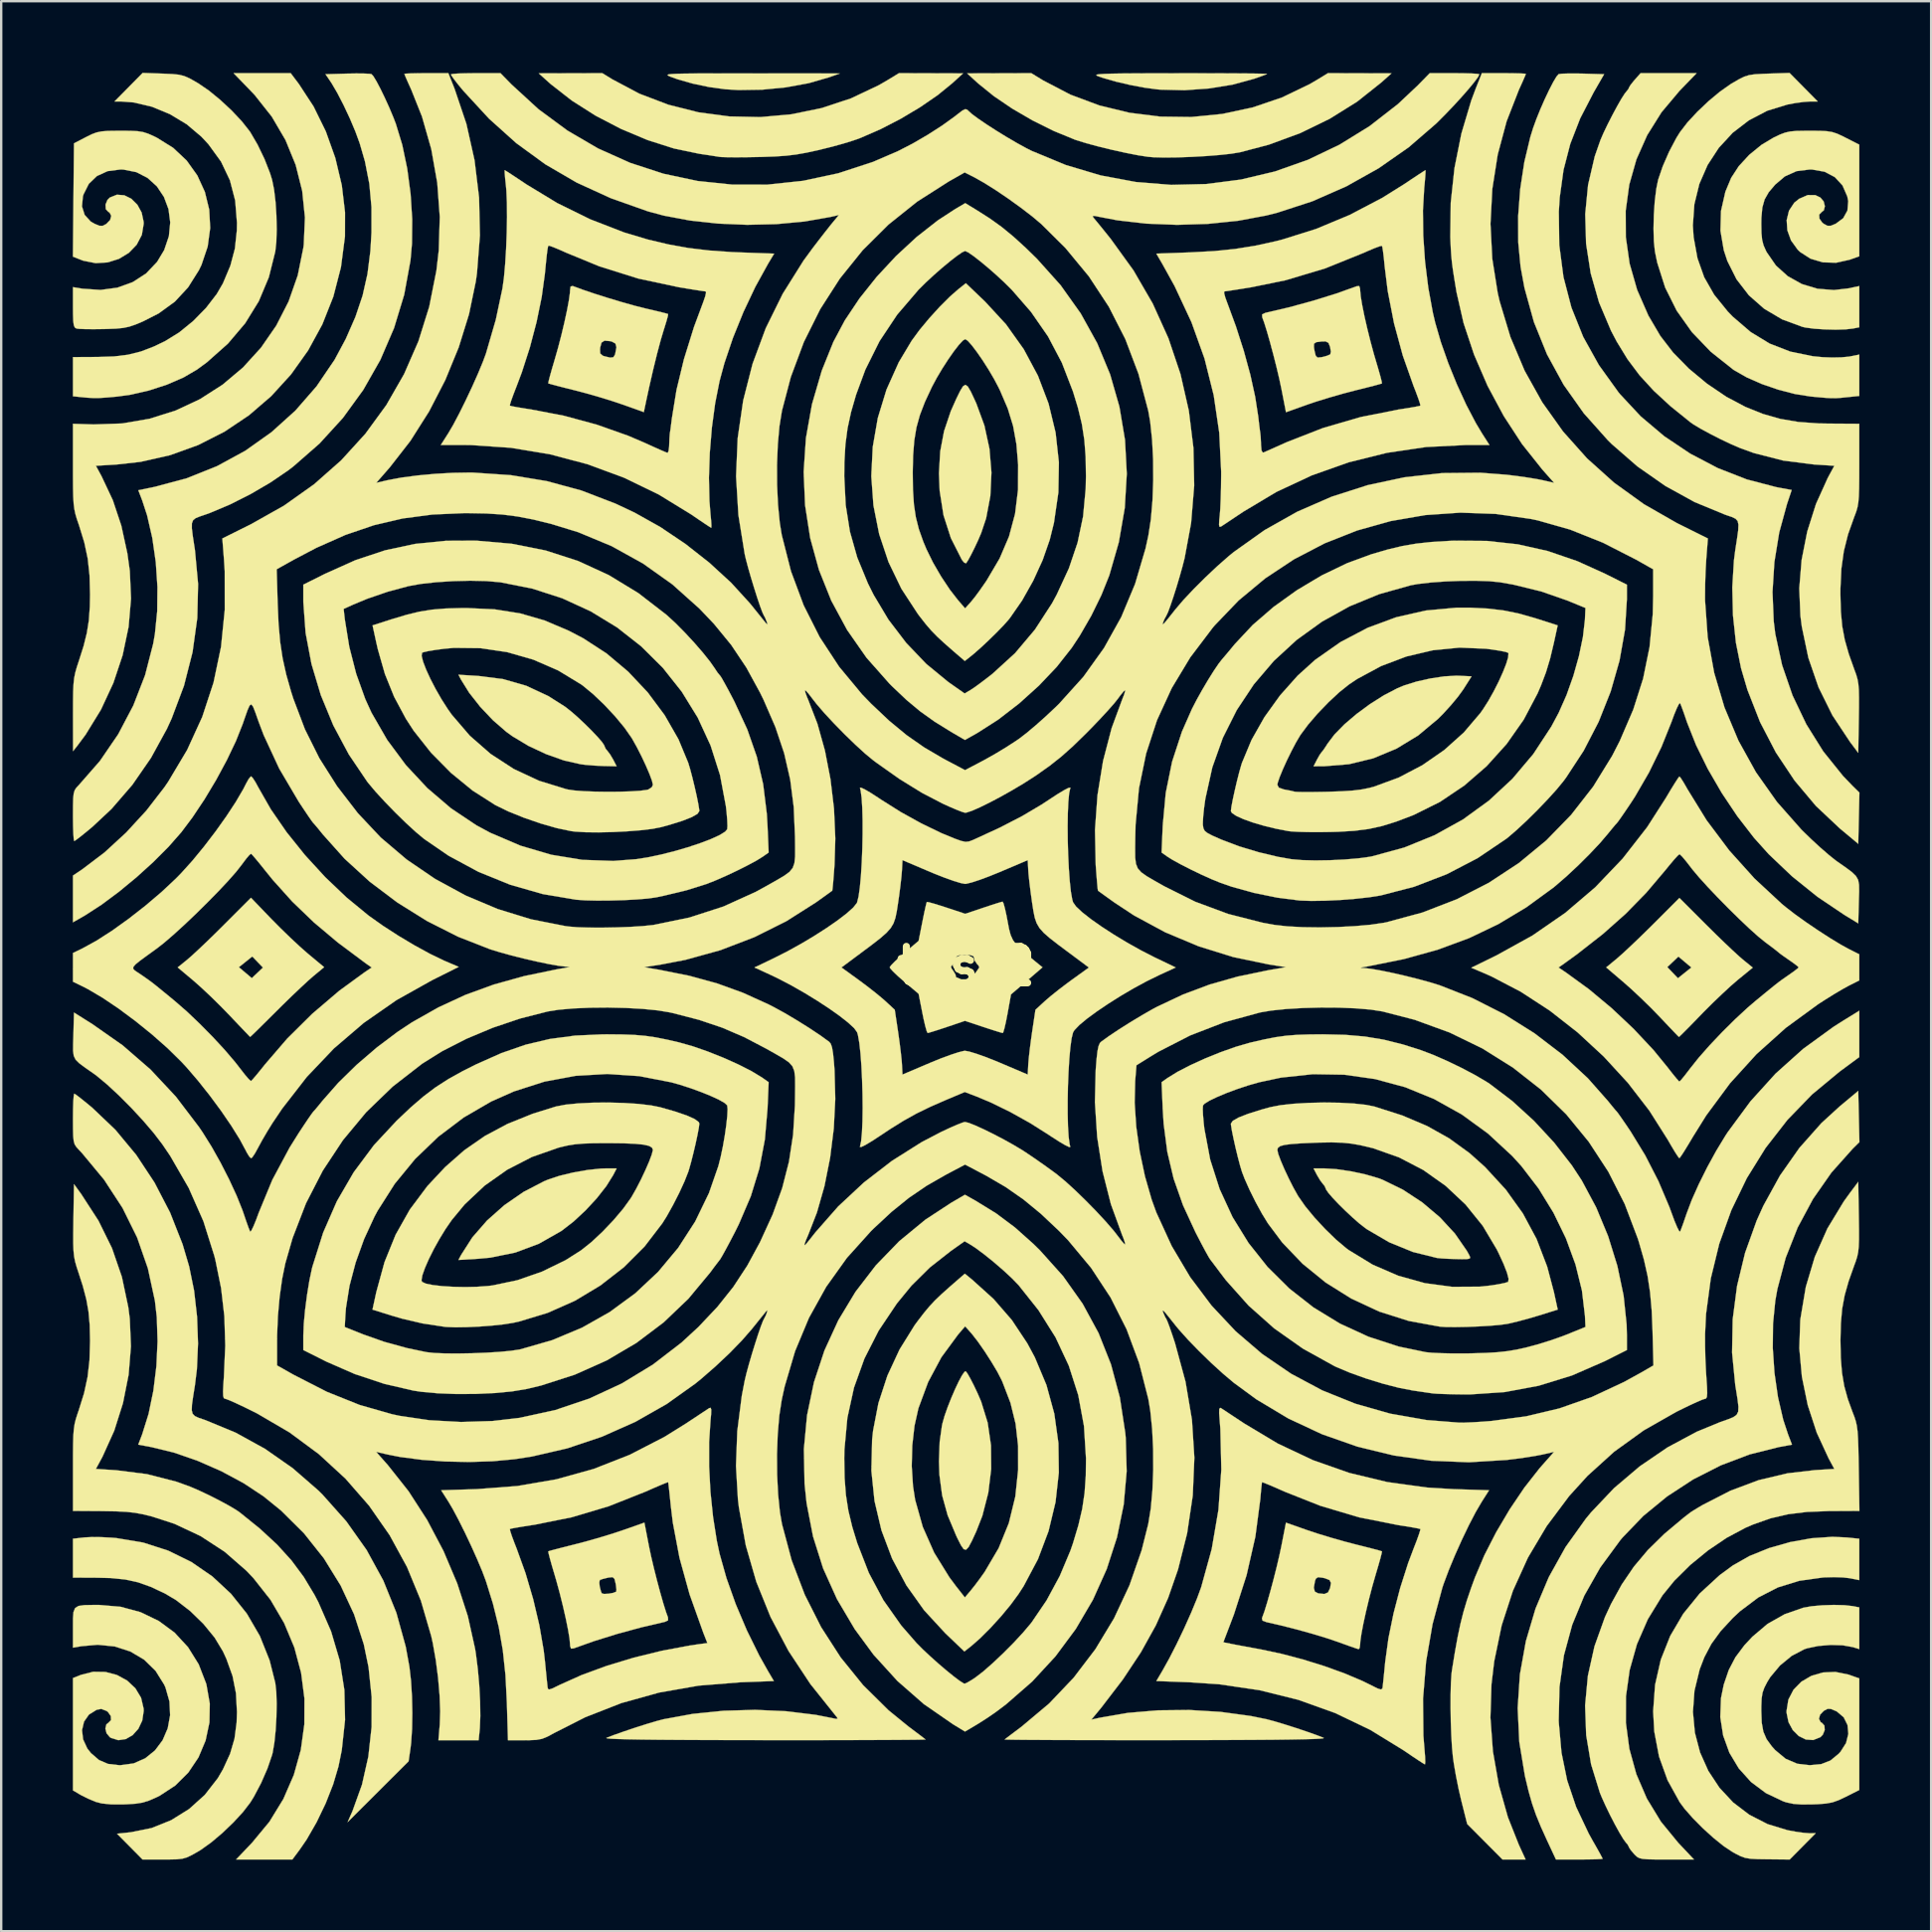
<source format=kicad_pcb>
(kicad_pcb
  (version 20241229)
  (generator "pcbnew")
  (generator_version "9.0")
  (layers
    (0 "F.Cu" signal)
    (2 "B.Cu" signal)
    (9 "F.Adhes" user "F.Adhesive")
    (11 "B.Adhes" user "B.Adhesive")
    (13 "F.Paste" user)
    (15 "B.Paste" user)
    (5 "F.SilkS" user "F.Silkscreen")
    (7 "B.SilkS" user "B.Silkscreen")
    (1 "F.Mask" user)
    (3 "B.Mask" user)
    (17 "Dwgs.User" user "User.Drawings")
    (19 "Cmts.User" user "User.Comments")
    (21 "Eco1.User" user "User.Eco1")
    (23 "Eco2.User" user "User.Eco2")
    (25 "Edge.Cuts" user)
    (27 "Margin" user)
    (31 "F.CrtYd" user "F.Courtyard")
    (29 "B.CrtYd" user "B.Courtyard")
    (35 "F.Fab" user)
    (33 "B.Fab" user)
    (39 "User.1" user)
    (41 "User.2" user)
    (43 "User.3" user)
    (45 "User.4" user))
  (footprint "test2"
    (layer "F.Cu")
    (at 37.43 37.439)
    (property "Reference" "test2" (at 0 0 0) (layer "F.SilkS") (effects (font (size 1.524 1.524) (thickness 0.3))))
    (attr through_hole)
    (fp_poly (pts (xy -9.388 -37.413) (xy -9.017 -37.413) (xy -5.292 -37.41) (xy -5.741 -37.251) (xy -6.596 -37.004) (xy -7.552 -36.829) (xy -8.552 -36.731) (xy -9.539 -36.716) (xy -10.09 -36.749) (xy -10.757 -36.84) (xy -11.449 -36.985) (xy -12.088 -37.167) (xy -12.347 -37.26) (xy -12.438 -37.297) (xy -12.497 -37.328) (xy -12.51 -37.352) (xy -12.464 -37.372) (xy -12.346 -37.387) (xy -12.143 -37.398) (xy -11.841 -37.405) (xy -11.428 -37.41) (xy -10.89 -37.412) (xy -10.215 -37.413) (xy -9.388 -37.413)) (stroke (width 0.01) (type solid)) (fill yes) (layer "F.SilkS"))
    (fp_poly (pts (xy -14.785 8.742) (xy -15.076 9.209) (xy -15.476 9.718) (xy -15.946 10.226) (xy -16.447 10.692) (xy -16.94 11.074) (xy -16.97 11.094) (xy -17.901 11.623) (xy -18.887 11.992) (xy -19.936 12.206) (xy -20.436 12.252) (xy -21.271 12.302) (xy -21.164 12.099) (xy -20.689 11.357) (xy -20.074 10.651) (xy -19.349 10.007) (xy -18.542 9.45) (xy -17.684 9.005) (xy -17.534 8.942) (xy -17.046 8.779) (xy -16.461 8.637) (xy -15.853 8.531) (xy -15.293 8.473) (xy -15.09 8.467) (xy -14.643 8.467) (xy -14.785 8.742)) (stroke (width 0.01) (type solid)) (fill yes) (layer "F.SilkS"))
    (fp_poly (pts (xy 0.072 -24.294) (xy 0.198 -24.078) (xy 0.368 -23.715) (xy 0.427 -23.585) (xy 0.766 -22.661) (xy 0.978 -21.685) (xy 1.061 -20.689) (xy 1.015 -19.707) (xy 0.838 -18.773) (xy 0.632 -18.157) (xy 0.504 -17.858) (xy 0.356 -17.542) (xy 0.21 -17.249) (xy 0.085 -17.019) (xy 0.003 -16.896) (xy -0.007 -16.887) (xy -0.089 -16.922) (xy -0.181 -17.04) (xy -0.639 -17.944) (xy -0.947 -18.902) (xy -1.109 -19.93) (xy -1.138 -20.659) (xy -1.085 -21.575) (xy -0.925 -22.422) (xy -0.643 -23.26) (xy -0.412 -23.779) (xy -0.252 -24.105) (xy -0.132 -24.302) (xy -0.031 -24.367) (xy 0.072 -24.294)) (stroke (width 0.01) (type solid)) (fill yes) (layer "F.SilkS"))
    (fp_poly (pts (xy 20.648 -12.175) (xy 21.178 -12.15) (xy 20.828 -11.599) (xy 20.613 -11.303) (xy 20.318 -10.947) (xy 19.988 -10.584) (xy 19.777 -10.372) (xy 18.941 -9.674) (xy 18.03 -9.12) (xy 17.058 -8.716) (xy 16.04 -8.469) (xy 15.005 -8.384) (xy 14.558 -8.382) (xy 14.699 -8.657) (xy 14.807 -8.85) (xy 14.888 -8.967) (xy 14.896 -8.975) (xy 14.972 -9.068) (xy 15.094 -9.251) (xy 15.139 -9.324) (xy 15.436 -9.717) (xy 15.855 -10.144) (xy 16.363 -10.577) (xy 16.924 -10.99) (xy 17.504 -11.357) (xy 18.066 -11.65) (xy 18.343 -11.766) (xy 18.87 -11.931) (xy 19.455 -12.062) (xy 20.035 -12.149) (xy 20.543 -12.178) (xy 20.648 -12.175)) (stroke (width 0.01) (type solid)) (fill yes) (layer "F.SilkS"))
    (fp_poly (pts (xy 10.416 -37.418) (xy 11.061 -37.415) (xy 11.616 -37.412) (xy 12.064 -37.408) (xy 12.388 -37.402) (xy 12.572 -37.396) (xy 12.608 -37.392) (xy 12.516 -37.35) (xy 12.309 -37.273) (xy 12.065 -37.188) (xy 11.166 -36.943) (xy 10.175 -36.782) (xy 9.15 -36.709) (xy 8.148 -36.733) (xy 8.001 -36.745) (xy 7.474 -36.816) (xy 6.875 -36.929) (xy 6.276 -37.069) (xy 5.744 -37.222) (xy 5.546 -37.29) (xy 5.476 -37.32) (xy 5.453 -37.345) (xy 5.49 -37.365) (xy 5.6 -37.381) (xy 5.796 -37.394) (xy 6.09 -37.403) (xy 6.495 -37.41) (xy 7.026 -37.414) (xy 7.694 -37.417) (xy 8.513 -37.418) (xy 8.925 -37.419) (xy 9.699 -37.419) (xy 10.416 -37.418)) (stroke (width 0.01) (type solid)) (fill yes) (layer "F.SilkS"))
    (fp_poly (pts (xy -20.436 -12.167) (xy -19.397 -12.034) (xy -18.43 -11.756) (xy -17.508 -11.326) (xy -16.804 -10.879) (xy -16.565 -10.692) (xy -16.282 -10.446) (xy -15.983 -10.166) (xy -15.694 -9.88) (xy -15.443 -9.615) (xy -15.256 -9.399) (xy -15.162 -9.258) (xy -15.155 -9.233) (xy -15.102 -9.115) (xy -15.039 -9.04) (xy -14.921 -8.886) (xy -14.792 -8.67) (xy -14.783 -8.653) (xy -14.643 -8.382) (xy -15.174 -8.393) (xy -15.551 -8.41) (xy -15.941 -8.442) (xy -16.143 -8.467) (xy -16.846 -8.625) (xy -17.597 -8.891) (xy -18.339 -9.238) (xy -19.014 -9.643) (xy -19.266 -9.825) (xy -19.824 -10.31) (xy -20.357 -10.872) (xy -20.821 -11.462) (xy -21.164 -12.014) (xy -21.271 -12.218) (xy -20.436 -12.167)) (stroke (width 0.01) (type solid)) (fill yes) (layer "F.SilkS"))
    (fp_poly (pts (xy 0.058 17.064) (xy 0.181 17.28) (xy 0.33 17.571) (xy 0.484 17.897) (xy 0.623 18.219) (xy 0.632 18.242) (xy 0.903 19.122) (xy 1.042 20.073) (xy 1.05 21.062) (xy 0.929 22.056) (xy 0.681 23.02) (xy 0.427 23.67) (xy 0.241 24.075) (xy 0.104 24.332) (xy -0.003 24.445) (xy -0.103 24.419) (xy -0.215 24.258) (xy -0.362 23.968) (xy -0.412 23.864) (xy -0.773 23.002) (xy -1.004 22.168) (xy -1.119 21.301) (xy -1.138 20.743) (xy -1.108 19.922) (xy -1.013 19.246) (xy -0.988 19.135) (xy -0.901 18.83) (xy -0.775 18.473) (xy -0.626 18.095) (xy -0.467 17.726) (xy -0.312 17.398) (xy -0.175 17.143) (xy -0.07 16.991) (xy -0.019 16.964) (xy 0.058 17.064)) (stroke (width 0.01) (type solid)) (fill yes) (layer "F.SilkS"))
    (fp_poly (pts (xy 15.005 8.467) (xy 15.522 8.499) (xy 16.119 8.587) (xy 16.723 8.716) (xy 17.26 8.872) (xy 17.449 8.942) (xy 18.302 9.359) (xy 19.112 9.891) (xy 19.848 10.513) (xy 20.481 11.198) (xy 20.981 11.921) (xy 21.072 12.086) (xy 21.118 12.184) (xy 21.104 12.24) (xy 21.002 12.265) (xy 20.781 12.269) (xy 20.556 12.265) (xy 20.218 12.255) (xy 19.921 12.238) (xy 19.729 12.218) (xy 19.727 12.218) (xy 18.713 11.966) (xy 17.726 11.562) (xy 16.804 11.023) (xy 16.72 10.964) (xy 16.48 10.777) (xy 16.198 10.53) (xy 15.898 10.25) (xy 15.609 9.965) (xy 15.358 9.7) (xy 15.172 9.484) (xy 15.077 9.343) (xy 15.071 9.318) (xy 15.017 9.199) (xy 14.955 9.125) (xy 14.837 8.971) (xy 14.707 8.754) (xy 14.698 8.738) (xy 14.558 8.467) (xy 15.005 8.467)) (stroke (width 0.01) (type solid)) (fill yes) (layer "F.SilkS"))
    (fp_poly (pts (xy 17.822 -37.416) (xy 17.399 -37.036) (xy 16.38 -36.227) (xy 15.239 -35.515) (xy 13.999 -34.911) (xy 12.683 -34.427) (xy 11.472 -34.108) (xy 11.108 -34.048) (xy 10.621 -33.995) (xy 10.055 -33.95) (xy 9.453 -33.916) (xy 8.858 -33.894) (xy 8.313 -33.888) (xy 7.863 -33.899) (xy 7.62 -33.919) (xy 7.2 -33.984) (xy 6.678 -34.087) (xy 6.107 -34.213) (xy 5.539 -34.352) (xy 5.024 -34.491) (xy 4.614 -34.618) (xy 4.549 -34.641) (xy 3.674 -35.001) (xy 2.788 -35.441) (xy 1.936 -35.936) (xy 1.162 -36.461) (xy 0.511 -36.988) (xy 0.494 -37.003) (xy 0.042 -37.415) (xy 1.386 -37.419) (xy 2.73 -37.423) (xy 3.229 -37.119) (xy 4.371 -36.523) (xy 5.581 -36.071) (xy 6.842 -35.765) (xy 8.133 -35.603) (xy 9.437 -35.587) (xy 10.734 -35.715) (xy 12.006 -35.987) (xy 13.235 -36.405) (xy 14.401 -36.967) (xy 14.745 -37.169) (xy 15.158 -37.423) (xy 17.822 -37.416)) (stroke (width 0.01) (type solid)) (fill yes) (layer "F.SilkS"))
    (fp_poly (pts (xy 31.009 -1.743) (xy 31.396 -1.36) (xy 31.774 -0.993) (xy 32.114 -0.671) (xy 32.388 -0.42) (xy 32.545 -0.284) (xy 32.96 0.054) (xy 32.334 0.566) (xy 32.04 0.82) (xy 31.673 1.159) (xy 31.275 1.541) (xy 30.887 1.929) (xy 30.798 2.021) (xy 30.484 2.344) (xy 30.214 2.619) (xy 30.009 2.824) (xy 29.889 2.94) (xy 29.866 2.957) (xy 29.804 2.897) (xy 29.648 2.736) (xy 29.421 2.497) (xy 29.144 2.204) (xy 29.083 2.139) (xy 28.705 1.75) (xy 28.276 1.331) (xy 27.855 0.938) (xy 27.57 0.686) (xy 26.819 0.045) (xy 26.835 0.032) (xy 29.379 0.032) (xy 29.602 0.265) (xy 29.825 0.498) (xy 30.106 0.273) (xy 30.388 0.048) (xy 30.116 -0.18) (xy 29.845 -0.409) (xy 29.612 -0.188) (xy 29.379 0.032) (xy 26.835 0.032) (xy 27.274 -0.331) (xy 27.487 -0.519) (xy 27.788 -0.797) (xy 28.147 -1.139) (xy 28.532 -1.514) (xy 28.808 -1.786) (xy 29.887 -2.865) (xy 31.009 -1.743)) (stroke (width 0.01) (type solid)) (fill yes) (layer "F.SilkS"))
    (fp_poly (pts (xy -29.103 -1.978) (xy -28.724 -1.596) (xy -28.315 -1.2) (xy -27.923 -0.834) (xy -27.595 -0.545) (xy -27.57 -0.524) (xy -26.899 0.035) (xy -27.356 0.414) (xy -27.57 0.602) (xy -27.871 0.881) (xy -28.231 1.223) (xy -28.617 1.598) (xy -28.899 1.878) (xy -29.246 2.223) (xy -29.548 2.522) (xy -29.787 2.757) (xy -29.944 2.908) (xy -30 2.957) (xy -30.06 2.896) (xy -30.215 2.734) (xy -30.445 2.493) (xy -30.729 2.194) (xy -30.861 2.055) (xy -31.235 1.671) (xy -31.639 1.273) (xy -32.027 0.908) (xy -32.351 0.62) (xy -32.371 0.602) (xy -33.035 0.045) (xy -33.024 0.036) (xy -30.472 0.036) (xy -30.201 0.265) (xy -29.93 0.494) (xy -29.696 0.273) (xy -29.463 0.052) (xy -29.686 -0.18) (xy -29.909 -0.413) (xy -30.191 -0.188) (xy -30.472 0.036) (xy -33.024 0.036) (xy -32.625 -0.288) (xy -32.431 -0.457) (xy -32.147 -0.72) (xy -31.8 -1.05) (xy -31.419 -1.42) (xy -31.09 -1.747) (xy -29.964 -2.873) (xy -29.103 -1.978)) (stroke (width 0.01) (type solid)) (fill yes) (layer "F.SilkS"))
    (fp_poly (pts (xy -1.471 -37.419) (xy -0.127 -37.415) (xy -0.579 -37.003) (xy -1.189 -36.505) (xy -1.922 -36.001) (xy -2.733 -35.517) (xy -3.578 -35.08) (xy -4.414 -34.715) (xy -4.53 -34.67) (xy -4.849 -34.562) (xy -5.278 -34.436) (xy -5.759 -34.307) (xy -6.223 -34.193) (xy -6.704 -34.089) (xy -7.124 -34.015) (xy -7.537 -33.965) (xy -7.998 -33.933) (xy -8.56 -33.913) (xy -8.721 -33.91) (xy -9.206 -33.901) (xy -9.644 -33.898) (xy -10.003 -33.901) (xy -10.248 -33.908) (xy -10.329 -33.915) (xy -10.516 -33.945) (xy -10.81 -33.991) (xy -11.149 -34.041) (xy -11.176 -34.045) (xy -12.24 -34.267) (xy -13.346 -34.62) (xy -14.454 -35.085) (xy -15.525 -35.642) (xy -16.521 -36.275) (xy -17.402 -36.963) (xy -17.484 -37.036) (xy -17.907 -37.416) (xy -15.243 -37.423) (xy -14.83 -37.169) (xy -13.687 -36.562) (xy -12.475 -36.101) (xy -11.214 -35.783) (xy -9.923 -35.611) (xy -8.619 -35.583) (xy -7.322 -35.7) (xy -6.05 -35.961) (xy -4.822 -36.368) (xy -3.657 -36.92) (xy -3.313 -37.119) (xy -2.814 -37.423) (xy -1.471 -37.419)) (stroke (width 0.01) (type solid)) (fill yes) (layer "F.SilkS"))
    (fp_poly (pts (xy 16.508 -28.388) (xy 16.51 -28.325) (xy 16.533 -28.078) (xy 16.595 -27.705) (xy 16.689 -27.24) (xy 16.808 -26.72) (xy 16.943 -26.18) (xy 17.085 -25.655) (xy 17.157 -25.411) (xy 17.268 -25.035) (xy 17.356 -24.723) (xy 17.41 -24.509) (xy 17.424 -24.424) (xy 17.337 -24.396) (xy 17.117 -24.336) (xy 16.794 -24.253) (xy 16.4 -24.155) (xy 16.303 -24.131) (xy 15.782 -23.994) (xy 15.214 -23.831) (xy 14.674 -23.664) (xy 14.305 -23.54) (xy 13.402 -23.218) (xy 13.21 -24.2) (xy 13.12 -24.623) (xy 13.004 -25.114) (xy 12.872 -25.633) (xy 12.791 -25.934) (xy 14.573 -25.934) (xy 14.6 -25.779) (xy 14.649 -25.58) (xy 14.727 -25.508) (xy 14.888 -25.522) (xy 14.927 -25.53) (xy 15.133 -25.586) (xy 15.257 -25.642) (xy 15.259 -25.644) (xy 15.282 -25.757) (xy 15.251 -25.95) (xy 15.251 -25.952) (xy 15.181 -26.124) (xy 15.062 -26.184) (xy 14.898 -26.181) (xy 14.673 -26.153) (xy 14.577 -26.087) (xy 14.573 -25.934) (xy 12.791 -25.934) (xy 12.736 -26.141) (xy 12.605 -26.6) (xy 12.49 -26.968) (xy 12.407 -27.196) (xy 12.402 -27.317) (xy 12.54 -27.381) (xy 12.544 -27.382) (xy 13.528 -27.612) (xy 14.538 -27.888) (xy 15.509 -28.189) (xy 16.362 -28.494) (xy 16.471 -28.503) (xy 16.508 -28.388)) (stroke (width 0.01) (type solid)) (fill yes) (layer "F.SilkS"))
    (fp_poly (pts (xy 14.299 23.626) (xy 14.756 23.777) (xy 15.303 23.943) (xy 15.867 24.103) (xy 16.298 24.216) (xy 16.705 24.318) (xy 17.048 24.406) (xy 17.295 24.472) (xy 17.417 24.508) (xy 17.424 24.511) (xy 17.41 24.595) (xy 17.356 24.809) (xy 17.268 25.12) (xy 17.157 25.495) (xy 17.015 25.991) (xy 16.877 26.522) (xy 16.75 27.053) (xy 16.642 27.548) (xy 16.562 27.971) (xy 16.517 28.286) (xy 16.51 28.401) (xy 16.489 28.559) (xy 16.447 28.61) (xy 16.345 28.579) (xy 16.121 28.502) (xy 15.813 28.392) (xy 15.579 28.307) (xy 15.09 28.142) (xy 14.488 27.96) (xy 13.826 27.777) (xy 13.155 27.607) (xy 12.586 27.477) (xy 12.42 27.416) (xy 12.394 27.318) (xy 12.407 27.28) (xy 12.498 27.03) (xy 12.614 26.653) (xy 12.745 26.19) (xy 12.787 26.036) (xy 14.568 26.036) (xy 14.611 26.199) (xy 14.753 26.272) (xy 15.012 26.298) (xy 15.162 26.233) (xy 15.248 26.055) (xy 15.253 26.037) (xy 15.286 25.832) (xy 15.225 25.714) (xy 15.038 25.64) (xy 14.934 25.616) (xy 14.744 25.595) (xy 14.652 25.66) (xy 14.617 25.756) (xy 14.568 26.036) (xy 12.787 26.036) (xy 12.882 25.68) (xy 13.013 25.162) (xy 13.127 24.676) (xy 13.209 24.289) (xy 13.401 23.31) (xy 14.299 23.626)) (stroke (width 0.01) (type solid)) (fill yes) (layer "F.SilkS"))
    (fp_poly (pts (xy -13.29 24.29) (xy -13.201 24.714) (xy -13.085 25.206) (xy -12.954 25.726) (xy -12.818 26.234) (xy -12.687 26.693) (xy -12.572 27.06) (xy -12.492 27.28) (xy -12.487 27.402) (xy -12.625 27.466) (xy -12.629 27.467) (xy -13.613 27.697) (xy -14.623 27.972) (xy -15.594 28.274) (xy -16.447 28.578) (xy -16.555 28.587) (xy -16.593 28.473) (xy -16.595 28.41) (xy -16.617 28.163) (xy -16.68 27.79) (xy -16.774 27.325) (xy -16.893 26.804) (xy -17.027 26.264) (xy -17.151 25.809) (xy -15.371 25.809) (xy -15.352 25.992) (xy -15.301 26.187) (xy -15.263 26.273) (xy -15.168 26.297) (xy -14.986 26.287) (xy -14.793 26.253) (xy -14.664 26.203) (xy -14.658 26.198) (xy -14.652 26.105) (xy -14.676 25.911) (xy -14.684 25.864) (xy -14.733 25.665) (xy -14.811 25.593) (xy -14.972 25.608) (xy -15.012 25.616) (xy -15.218 25.667) (xy -15.344 25.71) (xy -15.346 25.711) (xy -15.371 25.809) (xy -17.151 25.809) (xy -17.17 25.74) (xy -17.242 25.495) (xy -17.353 25.12) (xy -17.44 24.809) (xy -17.495 24.595) (xy -17.508 24.511) (xy -17.422 24.484) (xy -17.202 24.425) (xy -16.879 24.341) (xy -16.485 24.242) (xy -16.383 24.216) (xy -15.862 24.079) (xy -15.295 23.916) (xy -14.756 23.75) (xy -14.381 23.625) (xy -13.48 23.308) (xy -13.29 24.29)) (stroke (width 0.01) (type solid)) (fill yes) (layer "F.SilkS"))
    (fp_poly (pts (xy 36.894 23.93) (xy 37.423 23.984) (xy 37.423 25.717) (xy 37.02 25.637) (xy 36.741 25.605) (xy 36.365 25.593) (xy 35.967 25.603) (xy 35.891 25.608) (xy 34.906 25.746) (xy 34.011 26.023) (xy 33.189 26.446) (xy 32.423 27.024) (xy 32.124 27.304) (xy 31.614 27.855) (xy 31.227 28.387) (xy 30.93 28.95) (xy 30.735 29.457) (xy 30.517 30.351) (xy 30.453 31.24) (xy 30.534 32.108) (xy 30.752 32.937) (xy 31.098 33.711) (xy 31.563 34.415) (xy 32.137 35.032) (xy 32.812 35.546) (xy 33.58 35.94) (xy 34.417 36.195) (xy 34.763 36.259) (xy 35.086 36.304) (xy 35.304 36.321) (xy 35.597 36.322) (xy 35.052 36.872) (xy 34.507 37.423) (xy 33.573 37.414) (xy 33.159 37.408) (xy 32.867 37.392) (xy 32.648 37.356) (xy 32.457 37.289) (xy 32.244 37.181) (xy 32.094 37.097) (xy 31.732 36.855) (xy 31.312 36.516) (xy 30.873 36.118) (xy 30.458 35.7) (xy 30.106 35.301) (xy 29.902 35.027) (xy 29.39 34.101) (xy 29.033 33.109) (xy 28.833 32.056) (xy 28.787 31.215) (xy 28.867 30.105) (xy 29.107 29.049) (xy 29.502 28.054) (xy 30.047 27.127) (xy 30.738 26.276) (xy 31.572 25.51) (xy 32.124 25.103) (xy 32.825 24.706) (xy 33.639 24.376) (xy 34.52 24.125) (xy 35.422 23.963) (xy 36.297 23.903) (xy 36.894 23.93)) (stroke (width 0.01) (type solid)) (fill yes) (layer "F.SilkS"))
    (fp_poly (pts (xy -16.447 -28.492) (xy -16.054 -28.347) (xy -15.55 -28.177) (xy -14.984 -27.998) (xy -14.409 -27.826) (xy -13.876 -27.676) (xy -13.437 -27.565) (xy -13.405 -27.558) (xy -13.04 -27.473) (xy -12.742 -27.401) (xy -12.546 -27.35) (xy -12.486 -27.33) (xy -12.498 -27.244) (xy -12.554 -27.038) (xy -12.641 -26.754) (xy -12.662 -26.69) (xy -12.796 -26.243) (xy -12.95 -25.665) (xy -13.115 -24.992) (xy -13.283 -24.259) (xy -13.395 -23.74) (xy -13.504 -23.222) (xy -14.395 -23.54) (xy -14.848 -23.692) (xy -15.392 -23.859) (xy -15.954 -24.019) (xy -16.384 -24.132) (xy -16.791 -24.234) (xy -17.133 -24.322) (xy -17.38 -24.388) (xy -17.501 -24.423) (xy -17.508 -24.426) (xy -17.495 -24.511) (xy -17.44 -24.724) (xy -17.353 -25.035) (xy -17.242 -25.411) (xy -17.11 -25.871) (xy -15.34 -25.871) (xy -15.332 -25.682) (xy -15.226 -25.586) (xy -15.155 -25.562) (xy -14.914 -25.505) (xy -14.784 -25.52) (xy -14.717 -25.62) (xy -14.701 -25.675) (xy -14.651 -25.942) (xy -14.694 -26.096) (xy -14.845 -26.178) (xy -14.917 -26.195) (xy -15.15 -26.215) (xy -15.276 -26.135) (xy -15.334 -25.922) (xy -15.34 -25.871) (xy -17.11 -25.871) (xy -17.098 -25.914) (xy -16.958 -26.451) (xy -16.831 -26.985) (xy -16.723 -27.482) (xy -16.644 -27.906) (xy -16.6 -28.22) (xy -16.595 -28.325) (xy -16.573 -28.482) (xy -16.49 -28.506) (xy -16.447 -28.492)) (stroke (width 0.01) (type solid)) (fill yes) (layer "F.SilkS"))
    (fp_poly (pts (xy -36.225 23.917) (xy -35.789 23.94) (xy -35.602 23.956) (xy -34.482 24.144) (xy -33.432 24.482) (xy -32.461 24.958) (xy -31.582 25.563) (xy -30.803 26.288) (xy -30.137 27.122) (xy -29.593 28.057) (xy -29.183 29.082) (xy -28.945 30.029) (xy -28.903 30.407) (xy -28.888 30.899) (xy -28.898 31.451) (xy -28.931 32.012) (xy -28.984 32.526) (xy -29.055 32.943) (xy -29.08 33.041) (xy -29.273 33.607) (xy -29.539 34.218) (xy -29.841 34.789) (xy -29.992 35.034) (xy -30.298 35.432) (xy -30.704 35.873) (xy -31.164 36.313) (xy -31.633 36.709) (xy -32.064 37.018) (xy -32.151 37.071) (xy -32.426 37.228) (xy -32.636 37.33) (xy -32.832 37.388) (xy -33.067 37.415) (xy -33.39 37.422) (xy -33.63 37.423) (xy -34.507 37.423) (xy -35.041 36.883) (xy -35.576 36.343) (xy -34.997 36.281) (xy -34.127 36.105) (xy -33.308 35.776) (xy -32.558 35.309) (xy -31.9 34.717) (xy -31.353 34.014) (xy -31.138 33.645) (xy -30.839 32.992) (xy -30.654 32.36) (xy -30.565 31.68) (xy -30.551 31.242) (xy -30.593 30.455) (xy -30.736 29.734) (xy -30.996 29.012) (xy -31.139 28.702) (xy -31.486 28.127) (xy -31.957 27.551) (xy -32.51 27.013) (xy -33.104 26.554) (xy -33.57 26.277) (xy -34.161 26) (xy -34.697 25.809) (xy -35.236 25.691) (xy -35.836 25.631) (xy -36.386 25.617) (xy -37.423 25.612) (xy -37.423 23.983) (xy -36.936 23.928) (xy -36.63 23.913) (xy -36.225 23.917)) (stroke (width 0.01) (type solid)) (fill yes) (layer "F.SilkS"))
    (fp_poly (pts (xy -33.655 -37.404) (xy -33.262 -37.387) (xy -32.983 -37.359) (xy -32.762 -37.304) (xy -32.544 -37.209) (xy -32.273 -37.057) (xy -32.173 -36.998) (xy -31.735 -36.699) (xy -31.256 -36.307) (xy -30.781 -35.865) (xy -30.357 -35.416) (xy -30.028 -35.001) (xy -29.992 -34.949) (xy -29.688 -34.428) (xy -29.399 -33.828) (xy -29.165 -33.23) (xy -29.08 -32.956) (xy -28.998 -32.55) (xy -28.936 -32.031) (xy -28.898 -31.454) (xy -28.886 -30.875) (xy -28.902 -30.349) (xy -28.946 -29.951) (xy -29.216 -28.872) (xy -29.636 -27.87) (xy -30.208 -26.943) (xy -30.931 -26.091) (xy -31.806 -25.313) (xy -32.221 -25.007) (xy -32.794 -24.672) (xy -33.485 -24.373) (xy -34.245 -24.126) (xy -35.024 -23.949) (xy -35.56 -23.874) (xy -35.989 -23.835) (xy -36.308 -23.814) (xy -36.572 -23.812) (xy -36.839 -23.827) (xy -37.105 -23.853) (xy -37.423 -23.886) (xy -37.423 -25.527) (xy -36.386 -25.532) (xy -35.696 -25.555) (xy -35.115 -25.627) (xy -34.582 -25.76) (xy -34.039 -25.968) (xy -33.57 -26.192) (xy -32.972 -26.561) (xy -32.383 -27.041) (xy -31.845 -27.591) (xy -31.398 -28.171) (xy -31.139 -28.617) (xy -30.827 -29.359) (xy -30.638 -30.072) (xy -30.557 -30.824) (xy -30.551 -31.157) (xy -30.626 -32.088) (xy -30.847 -32.936) (xy -31.219 -33.718) (xy -31.748 -34.446) (xy -32.043 -34.763) (xy -32.659 -35.283) (xy -33.364 -35.707) (xy -34.118 -36.018) (xy -34.882 -36.197) (xy -35.388 -36.236) (xy -35.682 -36.237) (xy -34.502 -37.434) (xy -33.655 -37.404)) (stroke (width 0.01) (type solid)) (fill yes) (layer "F.SilkS"))
    (fp_poly (pts (xy 35.092 -36.835) (xy 35.682 -36.237) (xy 35.346 -36.236) (xy 35.086 -36.217) (xy 34.741 -36.17) (xy 34.417 -36.11) (xy 33.57 -35.85) (xy 32.8 -35.449) (xy 32.119 -34.926) (xy 31.537 -34.296) (xy 31.068 -33.577) (xy 30.722 -32.784) (xy 30.513 -31.934) (xy 30.45 -31.045) (xy 30.481 -30.556) (xy 30.643 -29.668) (xy 30.925 -28.872) (xy 31.344 -28.139) (xy 31.912 -27.438) (xy 32.124 -27.219) (xy 32.872 -26.577) (xy 33.669 -26.092) (xy 34.532 -25.757) (xy 35.479 -25.563) (xy 35.891 -25.523) (xy 36.286 -25.509) (xy 36.672 -25.517) (xy 36.976 -25.545) (xy 37.02 -25.552) (xy 37.423 -25.632) (xy 37.423 -23.9) (xy 36.902 -23.846) (xy 36.649 -23.82) (xy 36.449 -23.807) (xy 36.257 -23.806) (xy 36.025 -23.819) (xy 35.706 -23.846) (xy 35.378 -23.877) (xy 34.731 -23.98) (xy 34.034 -24.16) (xy 33.342 -24.398) (xy 32.706 -24.677) (xy 32.181 -24.977) (xy 32.137 -25.007) (xy 31.197 -25.754) (xy 30.41 -26.575) (xy 29.774 -27.47) (xy 29.29 -28.44) (xy 28.957 -29.486) (xy 28.861 -29.951) (xy 28.816 -30.375) (xy 28.802 -30.905) (xy 28.815 -31.485) (xy 28.854 -32.06) (xy 28.917 -32.575) (xy 28.995 -32.956) (xy 29.188 -33.521) (xy 29.454 -34.131) (xy 29.755 -34.702) (xy 29.908 -34.949) (xy 30.22 -35.355) (xy 30.634 -35.802) (xy 31.104 -36.248) (xy 31.585 -36.649) (xy 32.032 -36.964) (xy 32.089 -36.998) (xy 32.378 -37.166) (xy 32.601 -37.276) (xy 32.808 -37.342) (xy 33.052 -37.377) (xy 33.386 -37.396) (xy 33.613 -37.404) (xy 34.502 -37.433) (xy 35.092 -36.835)) (stroke (width 0.01) (type solid)) (fill yes) (layer "F.SilkS"))
    (fp_poly (pts (xy 0.247 13.123) (xy 1.151 13.939) (xy 1.915 14.819) (xy 2.564 15.796) (xy 2.879 16.383) (xy 3.366 17.544) (xy 3.695 18.747) (xy 3.867 19.976) (xy 3.884 21.216) (xy 3.746 22.45) (xy 3.454 23.663) (xy 3.01 24.839) (xy 2.414 25.962) (xy 2.198 26.297) (xy 1.868 26.746) (xy 1.461 27.237) (xy 1.021 27.721) (xy 0.589 28.152) (xy 0.239 28.459) (xy -0.073 28.707) (xy -0.876 27.939) (xy -1.761 26.979) (xy -2.504 25.934) (xy -3.101 24.814) (xy -3.547 23.632) (xy -3.838 22.4) (xy -3.97 21.13) (xy -3.965 20.94) (xy -2.279 20.94) (xy -2.226 21.776) (xy -2.136 22.353) (xy -1.817 23.487) (xy -1.339 24.568) (xy -0.7 25.601) (xy -0.429 25.964) (xy -0.053 26.443) (xy 0.192 26.154) (xy 0.371 25.93) (xy 0.592 25.633) (xy 0.78 25.368) (xy 1.363 24.377) (xy 1.79 23.328) (xy 2.062 22.214) (xy 2.179 21.102) (xy 2.178 20.087) (xy 2.074 19.166) (xy 1.859 18.291) (xy 1.523 17.415) (xy 1.484 17.329) (xy 1.306 16.984) (xy 1.057 16.567) (xy 0.775 16.128) (xy 0.492 15.723) (xy 0.244 15.404) (xy 0.199 15.352) (xy -0.042 15.083) (xy -0.344 15.437) (xy -1.035 16.377) (xy -1.592 17.418) (xy -1.999 18.517) (xy -2.163 19.25) (xy -2.257 20.077) (xy -2.279 20.94) (xy -3.965 20.94) (xy -3.939 19.834) (xy -3.898 19.454) (xy -3.674 18.299) (xy -3.299 17.152) (xy -2.789 16.053) (xy -2.16 15.041) (xy -2.027 14.86) (xy -1.768 14.523) (xy -1.541 14.251) (xy -1.31 14.002) (xy -1.036 13.74) (xy -0.683 13.424) (xy -0.513 13.276) (xy -0.055 12.878) (xy 0.247 13.123)) (stroke (width 0.01) (type solid)) (fill yes) (layer "F.SilkS"))
    (fp_poly (pts (xy -28.299 -37.423) (xy -27.959 -36.972) (xy -27.341 -36.027) (xy -26.828 -34.983) (xy -26.431 -33.872) (xy -26.159 -32.729) (xy -26.023 -31.588) (xy -26.026 -30.582) (xy -26.194 -29.294) (xy -26.513 -28.062) (xy -26.975 -26.896) (xy -27.57 -25.806) (xy -28.286 -24.802) (xy -29.115 -23.893) (xy -30.047 -23.09) (xy -31.07 -22.404) (xy -32.176 -21.842) (xy -33.355 -21.417) (xy -34.596 -21.137) (xy -35.597 -21.026) (xy -36.462 -20.973) (xy -36.223 -20.532) (xy -35.753 -19.532) (xy -35.397 -18.466) (xy -35.144 -17.304) (xy -35.041 -16.568) (xy -34.99 -15.411) (xy -35.092 -14.226) (xy -35.341 -13.039) (xy -35.73 -11.873) (xy -36.25 -10.754) (xy -36.894 -9.706) (xy -37.25 -9.229) (xy -37.419 -9.017) (xy -37.421 -10.542) (xy -37.42 -11.093) (xy -37.414 -11.509) (xy -37.399 -11.826) (xy -37.372 -12.079) (xy -37.327 -12.302) (xy -37.263 -12.53) (xy -37.179 -12.785) (xy -36.977 -13.42) (xy -36.841 -13.968) (xy -36.757 -14.496) (xy -36.716 -15.07) (xy -36.707 -15.579) (xy -36.728 -16.38) (xy -36.804 -17.084) (xy -36.947 -17.76) (xy -37.167 -18.475) (xy -37.18 -18.514) (xy -37.262 -18.752) (xy -37.322 -18.956) (xy -37.365 -19.159) (xy -37.394 -19.389) (xy -37.411 -19.677) (xy -37.42 -20.053) (xy -37.423 -20.548) (xy -37.423 -20.969) (xy -37.423 -22.733) (xy -36.555 -22.705) (xy -35.363 -22.746) (xy -34.216 -22.943) (xy -33.125 -23.286) (xy -32.101 -23.765) (xy -31.155 -24.371) (xy -30.299 -25.092) (xy -29.545 -25.921) (xy -28.904 -26.847) (xy -28.386 -27.861) (xy -28.004 -28.952) (xy -27.769 -30.111) (xy -27.752 -30.244) (xy -27.703 -31.376) (xy -27.818 -32.493) (xy -28.091 -33.58) (xy -28.517 -34.621) (xy -29.092 -35.602) (xy -29.808 -36.506) (xy -29.972 -36.679) (xy -30.692 -37.423) (xy -28.299 -37.423)) (stroke (width 0.01) (type solid)) (fill yes) (layer "F.SilkS"))
    (fp_poly (pts (xy 25.838 -37.405) (xy 26.732 -37.38) (xy 26.293 -36.618) (xy 25.73 -35.531) (xy 25.314 -34.462) (xy 25.031 -33.371) (xy 24.871 -32.216) (xy 24.834 -31.623) (xy 24.852 -30.222) (xy 25.028 -28.884) (xy 25.362 -27.603) (xy 25.855 -26.375) (xy 26.511 -25.195) (xy 27.329 -24.058) (xy 27.401 -23.97) (xy 28.262 -23.047) (xy 29.249 -22.213) (xy 30.336 -21.484) (xy 31.498 -20.875) (xy 32.707 -20.402) (xy 33.939 -20.08) (xy 34.047 -20.059) (xy 34.591 -19.959) (xy 34.392 -19.363) (xy 34.069 -18.181) (xy 33.866 -16.939) (xy 33.787 -15.686) (xy 33.837 -14.467) (xy 33.904 -13.928) (xy 34.188 -12.623) (xy 34.625 -11.353) (xy 35.204 -10.141) (xy 35.912 -9.008) (xy 36.74 -7.978) (xy 37.146 -7.556) (xy 37.428 -7.279) (xy 37.38 -5.134) (xy 36.606 -5.779) (xy 35.607 -6.719) (xy 34.712 -7.784) (xy 33.928 -8.961) (xy 33.267 -10.232) (xy 32.737 -11.583) (xy 32.47 -12.488) (xy 32.255 -13.556) (xy 32.131 -14.706) (xy 32.102 -15.877) (xy 32.171 -17.009) (xy 32.227 -17.441) (xy 32.302 -17.926) (xy 32.35 -18.271) (xy 32.36 -18.505) (xy 32.327 -18.656) (xy 32.24 -18.753) (xy 32.092 -18.825) (xy 31.875 -18.899) (xy 31.792 -18.928) (xy 30.524 -19.452) (xy 29.296 -20.129) (xy 28.132 -20.942) (xy 27.06 -21.874) (xy 26.882 -22.05) (xy 25.883 -23.17) (xy 25.035 -24.368) (xy 24.338 -25.643) (xy 23.791 -26.995) (xy 23.395 -28.425) (xy 23.232 -29.308) (xy 23.134 -30.328) (xy 23.13 -31.434) (xy 23.217 -32.575) (xy 23.389 -33.699) (xy 23.642 -34.755) (xy 23.757 -35.125) (xy 23.896 -35.507) (xy 24.064 -35.922) (xy 24.247 -36.338) (xy 24.43 -36.723) (xy 24.597 -37.047) (xy 24.734 -37.277) (xy 24.826 -37.383) (xy 24.83 -37.384) (xy 24.959 -37.401) (xy 25.216 -37.409) (xy 25.56 -37.41) (xy 25.838 -37.405)) (stroke (width 0.01) (type solid)) (fill yes) (layer "F.SilkS"))
    (fp_poly (pts (xy 37.404 6.292) (xy 37.428 7.364) (xy 37.149 7.64) (xy 36.255 8.642) (xy 35.481 9.751) (xy 34.839 10.948) (xy 34.34 12.21) (xy 33.992 13.519) (xy 33.904 14.012) (xy 33.809 14.966) (xy 33.798 15.989) (xy 33.869 17.033) (xy 34.016 18.051) (xy 34.235 18.994) (xy 34.438 19.609) (xy 34.603 20.041) (xy 34.052 20.143) (xy 32.83 20.449) (xy 31.625 20.906) (xy 30.462 21.498) (xy 29.37 22.211) (xy 28.375 23.027) (xy 27.504 23.931) (xy 27.401 24.055) (xy 26.569 25.189) (xy 25.901 26.366) (xy 25.395 27.589) (xy 25.048 28.866) (xy 24.861 30.199) (xy 24.829 31.595) (xy 24.834 31.708) (xy 24.946 32.95) (xy 25.184 34.109) (xy 25.56 35.223) (xy 26.084 36.331) (xy 26.262 36.652) (xy 26.437 36.958) (xy 26.574 37.205) (xy 26.655 37.359) (xy 26.67 37.392) (xy 26.591 37.404) (xy 26.376 37.414) (xy 26.058 37.42) (xy 25.692 37.423) (xy 24.714 37.423) (xy 24.348 36.639) (xy 24.081 36.05) (xy 23.876 35.549) (xy 23.712 35.073) (xy 23.568 34.564) (xy 23.423 33.961) (xy 23.411 33.908) (xy 23.178 32.499) (xy 23.11 31.081) (xy 23.203 29.668) (xy 23.454 28.273) (xy 23.858 26.91) (xy 24.413 25.593) (xy 25.114 24.335) (xy 25.96 23.151) (xy 26.184 22.879) (xy 27.148 21.862) (xy 28.226 20.948) (xy 29.392 20.153) (xy 30.621 19.496) (xy 31.603 19.092) (xy 31.92 18.981) (xy 32.142 18.891) (xy 32.281 18.794) (xy 32.35 18.657) (xy 32.36 18.453) (xy 32.324 18.149) (xy 32.255 17.717) (xy 32.227 17.548) (xy 32.093 16.182) (xy 32.119 14.79) (xy 32.302 13.391) (xy 32.638 12.004) (xy 33.125 10.649) (xy 33.403 10.033) (xy 34.1 8.767) (xy 34.914 7.607) (xy 35.836 6.568) (xy 36.606 5.864) (xy 37.38 5.219) (xy 37.404 6.292)) (stroke (width 0.01) (type solid)) (fill yes) (layer "F.SilkS"))
    (fp_poly (pts (xy -37.287 5.385) (xy -37.105 5.524) (xy -36.851 5.729) (xy -36.61 5.929) (xy -35.645 6.849) (xy -34.773 7.899) (xy -34.006 9.059) (xy -33.355 10.313) (xy -32.831 11.641) (xy -32.555 12.573) (xy -32.348 13.587) (xy -32.223 14.683) (xy -32.183 15.802) (xy -32.23 16.881) (xy -32.312 17.548) (xy -32.389 18.027) (xy -32.437 18.367) (xy -32.446 18.597) (xy -32.409 18.746) (xy -32.317 18.842) (xy -32.161 18.915) (xy -31.933 18.993) (xy -31.877 19.012) (xy -30.609 19.537) (xy -29.381 20.213) (xy -28.217 21.026) (xy -27.144 21.959) (xy -26.966 22.135) (xy -25.969 23.255) (xy -25.119 24.456) (xy -24.42 25.734) (xy -23.873 27.084) (xy -23.481 28.502) (xy -23.326 29.349) (xy -23.26 29.927) (xy -23.219 30.591) (xy -23.204 31.286) (xy -23.215 31.953) (xy -23.254 32.536) (xy -23.281 32.762) (xy -23.36 33.308) (xy -24.637 34.582) (xy -25.914 35.856) (xy -25.708 35.387) (xy -25.313 34.289) (xy -25.046 33.108) (xy -24.91 31.874) (xy -24.907 30.616) (xy -25.038 29.364) (xy -25.237 28.406) (xy -25.645 27.148) (xy -26.207 25.942) (xy -26.911 24.804) (xy -27.747 23.752) (xy -28.703 22.803) (xy -29.442 22.204) (xy -30.271 21.656) (xy -31.207 21.153) (xy -32.197 20.719) (xy -33.19 20.374) (xy -34.133 20.144) (xy -34.137 20.143) (xy -34.688 20.041) (xy -34.523 19.609) (xy -34.254 18.75) (xy -34.054 17.782) (xy -33.927 16.752) (xy -33.878 15.709) (xy -33.91 14.7) (xy -33.989 14.012) (xy -34.283 12.657) (xy -34.735 11.359) (xy -35.347 10.121) (xy -36.116 8.943) (xy -37.042 7.827) (xy -37.188 7.671) (xy -37.286 7.562) (xy -37.352 7.456) (xy -37.392 7.317) (xy -37.413 7.111) (xy -37.421 6.804) (xy -37.423 6.38) (xy -37.419 5.981) (xy -37.408 5.653) (xy -37.391 5.427) (xy -37.371 5.335) (xy -37.37 5.334) (xy -37.287 5.385)) (stroke (width 0.01) (type solid)) (fill yes) (layer "F.SilkS"))
    (fp_poly (pts (xy 1.569 -2.632) (xy 1.626 -2.423) (xy 1.693 -2.12) (xy 1.733 -1.909) (xy 1.797 -1.571) (xy 1.865 -1.314) (xy 1.96 -1.104) (xy 2.103 -0.909) (xy 2.318 -0.695) (xy 2.627 -0.429) (xy 2.891 -0.211) (xy 3.201 0.042) (xy 1.88 1.178) (xy 1.734 1.986) (xy 1.667 2.33) (xy 1.604 2.602) (xy 1.555 2.764) (xy 1.535 2.794) (xy 1.437 2.769) (xy 1.216 2.701) (xy 0.911 2.603) (xy 0.717 2.539) (xy -0.048 2.284) (xy -0.802 2.539) (xy -1.135 2.65) (xy -1.406 2.736) (xy -1.576 2.786) (xy -1.612 2.794) (xy -1.651 2.717) (xy -1.711 2.508) (xy -1.782 2.204) (xy -1.829 1.973) (xy -1.99 1.152) (xy -2.596 0.64) (xy -2.86 0.408) (xy -3.066 0.211) (xy -3.184 0.078) (xy -3.202 0.042) (xy -3.184 0.015) (xy -0.637 0.015) (xy -0.595 0.117) (xy -0.552 0.167) (xy -0.448 0.339) (xy -0.423 0.444) (xy -0.381 0.531) (xy -0.229 0.572) (xy -0.042 0.579) (xy 0.205 0.563) (xy 0.319 0.51) (xy 0.339 0.444) (xy 0.392 0.276) (xy 0.468 0.167) (xy 0.553 0.045) (xy 0.511 -0.045) (xy 0.468 -0.083) (xy 0.358 -0.242) (xy 0.339 -0.335) (xy 0.303 -0.427) (xy 0.171 -0.471) (xy -0.042 -0.48) (xy -0.285 -0.466) (xy -0.399 -0.416) (xy -0.423 -0.335) (xy -0.484 -0.162) (xy -0.552 -0.083) (xy -0.637 0.015) (xy -3.184 0.015) (xy -3.141 -0.046) (xy -2.978 -0.213) (xy -2.742 -0.43) (xy -2.596 -0.555) (xy -1.99 -1.068) (xy -1.832 -1.868) (xy -1.762 -2.213) (xy -1.701 -2.491) (xy -1.659 -2.661) (xy -1.647 -2.697) (xy -1.56 -2.685) (xy -1.349 -2.627) (xy -1.05 -2.535) (xy -0.828 -2.463) (xy -0.037 -2.2) (xy 0.717 -2.454) (xy 1.051 -2.565) (xy 1.323 -2.652) (xy 1.493 -2.702) (xy 1.53 -2.709) (xy 1.569 -2.632)) (stroke (width 0.01) (type solid)) (fill yes) (layer "F.SilkS"))
    (fp_poly (pts (xy -36.322 26.757) (xy -35.426 26.834) (xy -34.592 27.06) (xy -33.835 27.424) (xy -33.167 27.915) (xy -32.603 28.525) (xy -32.156 29.242) (xy -31.841 30.056) (xy -31.831 30.092) (xy -31.69 30.892) (xy -31.705 31.681) (xy -31.866 32.439) (xy -32.164 33.146) (xy -32.59 33.78) (xy -33.135 34.323) (xy -33.79 34.752) (xy -33.926 34.819) (xy -34.235 34.954) (xy -34.504 35.038) (xy -34.797 35.085) (xy -35.177 35.109) (xy -35.306 35.114) (xy -35.825 35.113) (xy -36.215 35.074) (xy -36.471 35.007) (xy -36.777 34.879) (xy -37.075 34.731) (xy -37.128 34.701) (xy -37.423 34.527) (xy -37.423 29.821) (xy -37.082 29.685) (xy -36.572 29.556) (xy -36.063 29.564) (xy -35.582 29.691) (xy -35.155 29.924) (xy -34.809 30.247) (xy -34.569 30.645) (xy -34.462 31.104) (xy -34.459 31.2) (xy -34.52 31.602) (xy -34.683 31.946) (xy -34.922 32.212) (xy -35.21 32.378) (xy -35.521 32.424) (xy -35.826 32.33) (xy -35.88 32.296) (xy -36.015 32.133) (xy -36.065 31.934) (xy -36.023 31.763) (xy -35.941 31.696) (xy -35.829 31.583) (xy -35.837 31.413) (xy -35.957 31.243) (xy -36.014 31.199) (xy -36.235 31.114) (xy -36.429 31.15) (xy -36.754 31.352) (xy -36.96 31.648) (xy -37.043 32.004) (xy -36.999 32.388) (xy -36.823 32.769) (xy -36.67 32.964) (xy -36.332 33.255) (xy -35.952 33.418) (xy -35.479 33.472) (xy -35.433 33.472) (xy -34.879 33.396) (xy -34.392 33.181) (xy -33.984 32.85) (xy -33.666 32.425) (xy -33.452 31.927) (xy -33.352 31.379) (xy -33.379 30.803) (xy -33.545 30.221) (xy -33.6 30.097) (xy -33.963 29.516) (xy -34.441 29.051) (xy -35.015 28.709) (xy -35.669 28.497) (xy -36.385 28.425) (xy -37.063 28.485) (xy -37.423 28.548) (xy -37.423 27.703) (xy -37.422 27.317) (xy -37.401 27.054) (xy -37.334 26.889) (xy -37.193 26.8) (xy -36.951 26.764) (xy -36.581 26.757) (xy -36.322 26.757)) (stroke (width 0.01) (type solid)) (fill yes) (layer "F.SilkS"))
    (fp_poly (pts (xy 35.764 -35.007) (xy 36.061 -34.992) (xy 36.288 -34.956) (xy 36.493 -34.889) (xy 36.725 -34.782) (xy 36.851 -34.718) (xy 37.423 -34.427) (xy 37.423 -29.751) (xy 37.02 -29.607) (xy 36.455 -29.481) (xy 35.898 -29.497) (xy 35.382 -29.649) (xy 34.942 -29.932) (xy 34.844 -30.026) (xy 34.563 -30.414) (xy 34.409 -30.838) (xy 34.381 -31.265) (xy 34.478 -31.661) (xy 34.698 -31.995) (xy 34.904 -32.16) (xy 35.264 -32.317) (xy 35.582 -32.314) (xy 35.795 -32.211) (xy 35.931 -32.048) (xy 35.981 -31.849) (xy 35.939 -31.678) (xy 35.856 -31.611) (xy 35.744 -31.498) (xy 35.753 -31.329) (xy 35.874 -31.158) (xy 35.936 -31.111) (xy 36.088 -31.029) (xy 36.224 -31.028) (xy 36.423 -31.109) (xy 36.437 -31.115) (xy 36.75 -31.347) (xy 36.927 -31.669) (xy 36.959 -32.06) (xy 36.922 -32.255) (xy 36.72 -32.719) (xy 36.398 -33.068) (xy 35.969 -33.293) (xy 35.444 -33.386) (xy 35.348 -33.388) (xy 34.791 -33.317) (xy 34.305 -33.098) (xy 33.897 -32.752) (xy 33.629 -32.435) (xy 33.456 -32.132) (xy 33.36 -31.791) (xy 33.321 -31.36) (xy 33.317 -31.115) (xy 33.324 -30.721) (xy 33.352 -30.439) (xy 33.411 -30.212) (xy 33.513 -29.982) (xy 33.545 -29.921) (xy 33.93 -29.364) (xy 34.428 -28.916) (xy 35.015 -28.588) (xy 35.668 -28.391) (xy 36.362 -28.336) (xy 36.936 -28.402) (xy 37.423 -28.502) (xy 37.423 -26.776) (xy 37.158 -26.723) (xy 36.847 -26.688) (xy 36.433 -26.676) (xy 35.974 -26.687) (xy 35.534 -26.716) (xy 35.172 -26.764) (xy 35.043 -26.793) (xy 34.189 -27.108) (xy 33.438 -27.552) (xy 32.799 -28.114) (xy 32.281 -28.785) (xy 31.895 -29.555) (xy 31.746 -30.007) (xy 31.606 -30.824) (xy 31.629 -31.649) (xy 31.813 -32.457) (xy 32.056 -33.038) (xy 32.373 -33.525) (xy 32.811 -34) (xy 33.322 -34.418) (xy 33.823 -34.719) (xy 34.093 -34.848) (xy 34.312 -34.931) (xy 34.53 -34.98) (xy 34.796 -35.003) (xy 35.161 -35.009) (xy 35.347 -35.01) (xy 35.764 -35.007)) (stroke (width 0.01) (type solid)) (fill yes) (layer "F.SilkS"))
    (fp_poly (pts (xy -37.084 9.532) (xy -36.355 10.656) (xy -35.787 11.81) (xy -35.373 13.013) (xy -35.104 14.286) (xy -35.042 14.769) (xy -34.994 15.921) (xy -35.091 17.11) (xy -35.327 18.301) (xy -35.693 19.457) (xy -36.183 20.541) (xy -36.223 20.616) (xy -36.462 21.058) (xy -35.609 21.113) (xy -34.322 21.276) (xy -33.088 21.593) (xy -32.509 21.803) (xy -32.129 21.967) (xy -31.701 22.17) (xy -31.268 22.39) (xy -30.876 22.603) (xy -30.568 22.787) (xy -30.438 22.877) (xy -29.587 23.565) (xy -28.872 24.226) (xy -28.269 24.89) (xy -27.754 25.583) (xy -27.302 26.334) (xy -27.14 26.644) (xy -26.608 27.864) (xy -26.246 29.087) (xy -26.051 30.32) (xy -26.022 31.569) (xy -26.16 32.843) (xy -26.299 33.528) (xy -26.52 34.272) (xy -26.835 35.072) (xy -27.216 35.865) (xy -27.635 36.592) (xy -27.922 37.009) (xy -28.23 37.423) (xy -30.588 37.423) (xy -29.92 36.722) (xy -29.191 35.841) (xy -28.607 34.888) (xy -28.169 33.88) (xy -27.876 32.832) (xy -27.728 31.759) (xy -27.724 30.675) (xy -27.864 29.597) (xy -28.147 28.539) (xy -28.575 27.516) (xy -29.145 26.544) (xy -29.859 25.637) (xy -30.153 25.327) (xy -31.067 24.529) (xy -32.075 23.872) (xy -33.169 23.358) (xy -34.12 23.049) (xy -34.489 22.959) (xy -34.827 22.896) (xy -35.182 22.857) (xy -35.605 22.836) (xy -36.145 22.827) (xy -36.173 22.826) (xy -37.422 22.818) (xy -37.422 21.054) (xy -37.422 20.461) (xy -37.417 20.007) (xy -37.407 19.662) (xy -37.386 19.396) (xy -37.354 19.178) (xy -37.305 18.978) (xy -37.238 18.767) (xy -37.18 18.599) (xy -36.956 17.881) (xy -36.81 17.204) (xy -36.73 16.503) (xy -36.707 15.708) (xy -36.707 15.663) (xy -36.722 15.02) (xy -36.771 14.471) (xy -36.863 13.951) (xy -37.009 13.396) (xy -37.181 12.861) (xy -37.269 12.593) (xy -37.333 12.369) (xy -37.375 12.153) (xy -37.4 11.91) (xy -37.411 11.606) (xy -37.411 11.205) (xy -37.404 10.672) (xy -37.404 10.629) (xy -37.38 9.125) (xy -37.084 9.532)) (stroke (width 0.01) (type solid)) (fill yes) (layer "F.SilkS"))
    (fp_poly (pts (xy 0.792 -27.854) (xy 1.673 -26.898) (xy 2.414 -25.858) (xy 3.009 -24.747) (xy 3.455 -23.577) (xy 3.749 -22.363) (xy 3.887 -21.117) (xy 3.865 -19.853) (xy 3.68 -18.584) (xy 3.504 -17.874) (xy 3.208 -17.025) (xy 2.811 -16.156) (xy 2.344 -15.327) (xy 1.838 -14.599) (xy 1.766 -14.509) (xy 1.563 -14.281) (xy 1.274 -13.984) (xy 0.944 -13.661) (xy 0.615 -13.353) (xy 0.331 -13.103) (xy 0.247 -13.034) (xy -0.055 -12.794) (xy -0.515 -13.19) (xy -0.911 -13.537) (xy -1.213 -13.817) (xy -1.458 -14.068) (xy -1.686 -14.332) (xy -1.932 -14.646) (xy -2.023 -14.766) (xy -2.712 -15.821) (xy -3.252 -16.94) (xy -3.643 -18.11) (xy -3.883 -19.313) (xy -3.973 -20.536) (xy -3.965 -20.701) (xy -2.237 -20.701) (xy -2.228 -19.967) (xy -2.188 -19.355) (xy -2.108 -18.821) (xy -1.981 -18.319) (xy -1.799 -17.805) (xy -1.665 -17.484) (xy -1.392 -16.926) (xy -1.051 -16.338) (xy -0.683 -15.784) (xy -0.349 -15.354) (xy -0.042 -14.998) (xy 0.199 -15.267) (xy 0.359 -15.464) (xy 0.571 -15.751) (xy 0.797 -16.075) (xy 0.862 -16.171) (xy 1.404 -17.091) (xy 1.797 -18.01) (xy 2.051 -18.96) (xy 2.175 -19.973) (xy 2.179 -21.018) (xy 2.108 -21.878) (xy 1.969 -22.641) (xy 1.745 -23.371) (xy 1.419 -24.132) (xy 1.358 -24.257) (xy 1.164 -24.623) (xy 0.936 -25.011) (xy 0.692 -25.393) (xy 0.452 -25.739) (xy 0.237 -26.022) (xy 0.067 -26.212) (xy -0.035 -26.28) (xy -0.14 -26.218) (xy -0.307 -26.036) (xy -0.52 -25.761) (xy -0.757 -25.421) (xy -1.001 -25.043) (xy -1.231 -24.655) (xy -1.43 -24.284) (xy -1.443 -24.257) (xy -1.728 -23.645) (xy -1.937 -23.101) (xy -2.082 -22.578) (xy -2.173 -22.027) (xy -2.222 -21.401) (xy -2.237 -20.701) (xy -3.965 -20.701) (xy -3.912 -21.763) (xy -3.7 -22.978) (xy -3.336 -24.166) (xy -2.821 -25.312) (xy -2.283 -26.212) (xy -1.953 -26.662) (xy -1.546 -27.152) (xy -1.106 -27.636) (xy -0.674 -28.067) (xy -0.323 -28.374) (xy -0.012 -28.622) (xy 0.792 -27.854)) (stroke (width 0.01) (type solid)) (fill yes) (layer "F.SilkS"))
    (fp_poly (pts (xy 36.802 26.767) (xy 37.154 26.807) (xy 37.158 26.808) (xy 37.423 26.86) (xy 37.423 28.606) (xy 37.148 28.523) (xy 36.729 28.448) (xy 36.224 28.433) (xy 35.705 28.476) (xy 35.244 28.572) (xy 35.12 28.613) (xy 34.591 28.891) (xy 34.099 29.295) (xy 33.693 29.781) (xy 33.567 29.985) (xy 33.444 30.224) (xy 33.369 30.435) (xy 33.331 30.674) (xy 33.318 30.997) (xy 33.317 31.2) (xy 33.335 31.69) (xy 33.403 32.067) (xy 33.539 32.381) (xy 33.761 32.686) (xy 33.897 32.837) (xy 34.336 33.202) (xy 34.825 33.411) (xy 35.348 33.472) (xy 35.828 33.427) (xy 36.214 33.276) (xy 36.557 32.994) (xy 36.639 32.904) (xy 36.869 32.542) (xy 36.965 32.158) (xy 36.93 31.788) (xy 36.77 31.465) (xy 36.487 31.225) (xy 36.437 31.2) (xy 36.232 31.115) (xy 36.095 31.111) (xy 35.946 31.189) (xy 35.936 31.195) (xy 35.78 31.357) (xy 35.734 31.532) (xy 35.806 31.669) (xy 35.856 31.696) (xy 35.963 31.813) (xy 35.974 32) (xy 35.895 32.194) (xy 35.795 32.296) (xy 35.493 32.418) (xy 35.182 32.396) (xy 34.887 32.25) (xy 34.637 32.001) (xy 34.458 31.67) (xy 34.377 31.277) (xy 34.375 31.2) (xy 34.452 30.723) (xy 34.666 30.31) (xy 34.995 29.974) (xy 35.413 29.729) (xy 35.897 29.587) (xy 36.422 29.564) (xy 36.964 29.673) (xy 37.02 29.692) (xy 37.423 29.836) (xy 37.423 34.511) (xy 36.851 34.799) (xy 36.553 34.939) (xy 36.301 35.028) (xy 36.032 35.078) (xy 35.685 35.105) (xy 35.475 35.113) (xy 35.01 35.118) (xy 34.657 35.091) (xy 34.361 35.027) (xy 34.24 34.987) (xy 33.513 34.643) (xy 32.887 34.175) (xy 32.373 33.604) (xy 31.98 32.948) (xy 31.719 32.226) (xy 31.599 31.457) (xy 31.629 30.66) (xy 31.745 30.096) (xy 31.955 29.481) (xy 32.234 28.948) (xy 32.615 28.44) (xy 32.944 28.088) (xy 33.581 27.549) (xy 34.295 27.146) (xy 35.072 26.875) (xy 35.42 26.812) (xy 35.869 26.772) (xy 36.352 26.756) (xy 36.802 26.767)) (stroke (width 0.01) (type solid)) (fill yes) (layer "F.SilkS"))
    (fp_poly (pts (xy -35.012 -35.007) (xy -34.713 -34.992) (xy -34.482 -34.955) (xy -34.269 -34.886) (xy -34.026 -34.777) (xy -33.907 -34.719) (xy -33.225 -34.295) (xy -32.658 -33.762) (xy -32.213 -33.139) (xy -31.896 -32.447) (xy -31.714 -31.706) (xy -31.673 -30.936) (xy -31.779 -30.157) (xy -32.038 -29.39) (xy -32.146 -29.168) (xy -32.6 -28.447) (xy -33.156 -27.848) (xy -33.832 -27.357) (xy -34.489 -27.022) (xy -34.806 -26.889) (xy -35.064 -26.802) (xy -35.316 -26.749) (xy -35.615 -26.719) (xy -36.016 -26.704) (xy -36.153 -26.701) (xy -36.554 -26.696) (xy -36.903 -26.699) (xy -37.159 -26.709) (xy -37.275 -26.723) (xy -37.343 -26.764) (xy -37.387 -26.859) (xy -37.411 -27.039) (xy -37.421 -27.336) (xy -37.423 -27.613) (xy -37.423 -28.458) (xy -37.02 -28.392) (xy -36.267 -28.341) (xy -35.561 -28.436) (xy -34.918 -28.669) (xy -34.358 -29.032) (xy -33.897 -29.517) (xy -33.6 -30.012) (xy -33.403 -30.593) (xy -33.347 -31.172) (xy -33.42 -31.728) (xy -33.611 -32.238) (xy -33.907 -32.681) (xy -34.297 -33.034) (xy -34.768 -33.276) (xy -35.309 -33.384) (xy -35.433 -33.388) (xy -35.972 -33.318) (xy -36.418 -33.114) (xy -36.759 -32.785) (xy -36.982 -32.34) (xy -37.007 -32.255) (xy -37.045 -31.841) (xy -36.933 -31.485) (xy -36.682 -31.209) (xy -36.522 -31.115) (xy -36.317 -31.03) (xy -36.179 -31.027) (xy -36.03 -31.104) (xy -36.021 -31.111) (xy -35.865 -31.272) (xy -35.819 -31.447) (xy -35.891 -31.584) (xy -35.941 -31.611) (xy -36.048 -31.728) (xy -36.059 -31.916) (xy -35.979 -32.11) (xy -35.88 -32.211) (xy -35.581 -32.331) (xy -35.271 -32.307) (xy -34.976 -32.161) (xy -34.725 -31.912) (xy -34.545 -31.584) (xy -34.462 -31.196) (xy -34.459 -31.115) (xy -34.537 -30.647) (xy -34.753 -30.235) (xy -35.08 -29.896) (xy -35.493 -29.644) (xy -35.965 -29.495) (xy -36.471 -29.463) (xy -36.984 -29.564) (xy -37.084 -29.601) (xy -37.425 -29.737) (xy -37.403 -32.111) (xy -37.38 -34.484) (xy -36.872 -34.747) (xy -36.636 -34.864) (xy -36.436 -34.939) (xy -36.224 -34.983) (xy -35.952 -35.004) (xy -35.574 -35.009) (xy -35.431 -35.01) (xy -35.012 -35.007)) (stroke (width 0.01) (type solid)) (fill yes) (layer "F.SilkS"))
    (fp_poly (pts (xy 29.887 -36.678) (xy 29.137 -35.786) (xy 28.536 -34.825) (xy 28.084 -33.808) (xy 27.784 -32.748) (xy 27.636 -31.658) (xy 27.641 -30.552) (xy 27.8 -29.443) (xy 28.115 -28.344) (xy 28.586 -27.267) (xy 29.088 -26.412) (xy 29.623 -25.717) (xy 30.288 -25.039) (xy 31.045 -24.411) (xy 31.853 -23.864) (xy 32.647 -23.443) (xy 33.384 -23.146) (xy 34.108 -22.939) (xy 34.871 -22.809) (xy 35.723 -22.748) (xy 36.131 -22.741) (xy 37.422 -22.733) (xy 37.422 -21.046) (xy 37.421 -20.465) (xy 37.416 -20.023) (xy 37.405 -19.692) (xy 37.383 -19.442) (xy 37.349 -19.244) (xy 37.3 -19.068) (xy 37.232 -18.884) (xy 37.211 -18.831) (xy 36.951 -18.099) (xy 36.775 -17.395) (xy 36.672 -16.659) (xy 36.633 -15.836) (xy 36.632 -15.579) (xy 36.651 -14.861) (xy 36.708 -14.249) (xy 36.815 -13.678) (xy 36.984 -13.085) (xy 37.214 -12.439) (xy 37.292 -12.226) (xy 37.347 -12.036) (xy 37.383 -11.835) (xy 37.404 -11.59) (xy 37.411 -11.268) (xy 37.41 -10.835) (xy 37.404 -10.413) (xy 37.38 -8.945) (xy 37.035 -9.404) (xy 36.296 -10.519) (xy 35.716 -11.69) (xy 35.29 -12.925) (xy 35.015 -14.234) (xy 34.957 -14.684) (xy 34.909 -15.836) (xy 35.007 -17.026) (xy 35.242 -18.216) (xy 35.608 -19.372) (xy 36.098 -20.456) (xy 36.138 -20.532) (xy 36.377 -20.973) (xy 35.524 -21.028) (xy 34.237 -21.191) (xy 33.003 -21.508) (xy 32.424 -21.718) (xy 32.044 -21.882) (xy 31.616 -22.085) (xy 31.184 -22.305) (xy 30.791 -22.518) (xy 30.483 -22.702) (xy 30.353 -22.792) (xy 29.515 -23.468) (xy 28.812 -24.116) (xy 28.218 -24.764) (xy 27.709 -25.443) (xy 27.259 -26.18) (xy 27.02 -26.634) (xy 26.518 -27.821) (xy 26.169 -29.041) (xy 25.976 -30.28) (xy 25.94 -31.519) (xy 26.06 -32.744) (xy 26.339 -33.938) (xy 26.581 -34.629) (xy 26.711 -34.928) (xy 26.884 -35.288) (xy 27.079 -35.67) (xy 27.276 -36.036) (xy 27.454 -36.348) (xy 27.595 -36.567) (xy 27.652 -36.638) (xy 27.751 -36.763) (xy 27.772 -36.815) (xy 27.824 -36.908) (xy 27.953 -37.075) (xy 28.016 -37.148) (xy 28.259 -37.423) (xy 30.607 -37.423) (xy 29.887 -36.678)) (stroke (width 0.01) (type solid)) (fill yes) (layer "F.SilkS"))
    (fp_poly (pts (xy -25.226 -37.408) (xy -24.997 -37.397) (xy -24.915 -37.384) (xy -24.832 -37.291) (xy -24.7 -37.072) (xy -24.536 -36.76) (xy -24.355 -36.386) (xy -24.171 -35.982) (xy -24.002 -35.58) (xy -23.896 -35.305) (xy -23.626 -34.42) (xy -23.418 -33.425) (xy -23.277 -32.371) (xy -23.209 -31.307) (xy -23.219 -30.283) (xy -23.28 -29.584) (xy -23.545 -28.141) (xy -23.969 -26.746) (xy -24.543 -25.412) (xy -25.26 -24.152) (xy -26.112 -22.978) (xy -27.093 -21.904) (xy -28.195 -20.941) (xy -28.403 -20.782) (xy -29.145 -20.276) (xy -29.978 -19.789) (xy -30.839 -19.354) (xy -31.667 -19.004) (xy -31.877 -18.928) (xy -32.118 -18.846) (xy -32.286 -18.777) (xy -32.391 -18.691) (xy -32.44 -18.559) (xy -32.442 -18.354) (xy -32.405 -18.046) (xy -32.338 -17.608) (xy -32.312 -17.441) (xy -32.18 -16.021) (xy -32.214 -14.592) (xy -32.412 -13.166) (xy -32.771 -11.758) (xy -33.289 -10.381) (xy -33.488 -9.948) (xy -34.156 -8.73) (xy -34.935 -7.604) (xy -35.809 -6.593) (xy -36.61 -5.844) (xy -36.901 -5.603) (xy -37.144 -5.409) (xy -37.31 -5.284) (xy -37.37 -5.249) (xy -37.39 -5.329) (xy -37.406 -5.545) (xy -37.418 -5.866) (xy -37.423 -6.26) (xy -37.423 -6.298) (xy -37.421 -6.735) (xy -37.413 -7.038) (xy -37.392 -7.24) (xy -37.351 -7.376) (xy -37.285 -7.479) (xy -37.186 -7.585) (xy -37.182 -7.589) (xy -36.295 -8.603) (xy -35.528 -9.724) (xy -34.893 -10.931) (xy -34.4 -12.201) (xy -34.062 -13.512) (xy -33.989 -13.928) (xy -33.893 -14.878) (xy -33.883 -15.897) (xy -33.953 -16.938) (xy -34.099 -17.953) (xy -34.316 -18.895) (xy -34.521 -19.521) (xy -34.685 -19.949) (xy -33.988 -20.092) (xy -32.656 -20.45) (xy -31.389 -20.957) (xy -30.201 -21.604) (xy -29.103 -22.383) (xy -28.105 -23.283) (xy -27.22 -24.298) (xy -26.46 -25.416) (xy -25.992 -26.289) (xy -25.586 -27.217) (xy -25.287 -28.106) (xy -25.083 -29.009) (xy -24.96 -29.979) (xy -24.915 -30.744) (xy -24.915 -31.813) (xy -25.005 -32.789) (xy -25.19 -33.732) (xy -25.409 -34.486) (xy -25.588 -34.975) (xy -25.82 -35.524) (xy -26.081 -36.08) (xy -26.345 -36.592) (xy -26.588 -37.006) (xy -26.636 -37.078) (xy -26.842 -37.38) (xy -25.936 -37.405) (xy -25.552 -37.411) (xy -25.226 -37.408)) (stroke (width 0.01) (type solid)) (fill yes) (layer "F.SilkS"))
    (fp_poly (pts (xy 37.404 10.498) (xy 37.411 11.037) (xy 37.411 11.44) (xy 37.4 11.741) (xy 37.376 11.972) (xy 37.335 12.167) (xy 37.275 12.36) (xy 37.214 12.523) (xy 36.976 13.194) (xy 36.81 13.782) (xy 36.705 14.349) (xy 36.651 14.96) (xy 36.634 15.663) (xy 36.648 16.406) (xy 36.698 17.031) (xy 36.793 17.589) (xy 36.942 18.13) (xy 37.139 18.673) (xy 37.218 18.877) (xy 37.277 19.06) (xy 37.32 19.251) (xy 37.35 19.479) (xy 37.37 19.773) (xy 37.384 20.162) (xy 37.395 20.674) (xy 37.401 21.04) (xy 37.428 22.818) (xy 36.134 22.825) (xy 35.23 22.86) (xy 34.437 22.957) (xy 33.704 23.128) (xy 32.982 23.383) (xy 32.647 23.527) (xy 31.866 23.944) (xy 31.082 24.475) (xy 30.337 25.085) (xy 29.676 25.74) (xy 29.174 26.359) (xy 28.563 27.356) (xy 28.106 28.403) (xy 27.801 29.485) (xy 27.647 30.586) (xy 27.643 31.69) (xy 27.788 32.783) (xy 28.082 33.848) (xy 28.523 34.871) (xy 29.111 35.837) (xy 29.833 36.718) (xy 30.498 37.423) (xy 29.35 37.423) (xy 28.889 37.422) (xy 28.565 37.415) (xy 28.348 37.398) (xy 28.206 37.364) (xy 28.107 37.309) (xy 28.019 37.227) (xy 27.986 37.191) (xy 27.845 37.025) (xy 27.773 36.912) (xy 27.771 36.9) (xy 27.718 36.799) (xy 27.652 36.723) (xy 27.538 36.569) (xy 27.375 36.299) (xy 27.182 35.949) (xy 26.98 35.559) (xy 26.789 35.164) (xy 26.627 34.804) (xy 26.555 34.629) (xy 26.186 33.436) (xy 25.98 32.212) (xy 25.935 30.97) (xy 26.052 29.724) (xy 26.329 28.486) (xy 26.765 27.27) (xy 27.02 26.719) (xy 27.472 25.898) (xy 27.978 25.154) (xy 28.564 24.457) (xy 29.254 23.78) (xy 30.074 23.092) (xy 30.353 22.877) (xy 30.47 22.801) (xy 30.679 22.674) (xy 30.848 22.574) (xy 32.023 21.971) (xy 33.204 21.529) (xy 34.413 21.242) (xy 35.567 21.108) (xy 36.377 21.058) (xy 36.138 20.616) (xy 35.64 19.538) (xy 35.264 18.387) (xy 35.019 17.198) (xy 34.911 16.007) (xy 34.949 14.851) (xy 34.957 14.769) (xy 35.182 13.435) (xy 35.558 12.176) (xy 36.087 10.984) (xy 36.773 9.852) (xy 37.035 9.489) (xy 37.38 9.03) (xy 37.404 10.498)) (stroke (width 0.01) (type solid)) (fill yes) (layer "F.SilkS"))
    (fp_poly (pts (xy -19.754 -14.958) (xy -18.687 -14.789) (xy -17.666 -14.494) (xy -16.649 -14.062) (xy -16.047 -13.747) (xy -15.069 -13.113) (xy -14.16 -12.348) (xy -13.341 -11.478) (xy -12.632 -10.526) (xy -12.053 -9.515) (xy -11.643 -8.527) (xy -11.563 -8.261) (xy -11.47 -7.91) (xy -11.375 -7.519) (xy -11.288 -7.134) (xy -11.221 -6.801) (xy -11.183 -6.565) (xy -11.178 -6.504) (xy -11.259 -6.387) (xy -11.499 -6.25) (xy -11.89 -6.096) (xy -12.424 -5.929) (xy -12.785 -5.83) (xy -13.144 -5.76) (xy -13.629 -5.702) (xy -14.194 -5.657) (xy -14.795 -5.626) (xy -15.389 -5.613) (xy -15.931 -5.618) (xy -16.377 -5.644) (xy -16.554 -5.666) (xy -17.151 -5.792) (xy -17.828 -5.986) (xy -18.525 -6.226) (xy -19.179 -6.49) (xy -19.727 -6.756) (xy -19.727 -6.757) (xy -20.677 -7.364) (xy -21.586 -8.107) (xy -22.42 -8.952) (xy -23.143 -9.866) (xy -23.475 -10.377) (xy -23.966 -11.293) (xy -24.352 -12.248) (xy -24.57 -13.009) (xy -22.814 -13.009) (xy -22.753 -12.765) (xy -22.626 -12.434) (xy -22.446 -12.042) (xy -22.226 -11.618) (xy -21.979 -11.187) (xy -21.717 -10.778) (xy -21.551 -10.544) (xy -20.795 -9.663) (xy -19.925 -8.902) (xy -18.954 -8.27) (xy -17.896 -7.776) (xy -16.766 -7.428) (xy -16.679 -7.408) (xy -16.406 -7.368) (xy -16.015 -7.339) (xy -15.548 -7.321) (xy -15.04 -7.314) (xy -14.532 -7.317) (xy -14.062 -7.331) (xy -13.667 -7.356) (xy -13.387 -7.392) (xy -13.314 -7.41) (xy -13.166 -7.509) (xy -13.124 -7.609) (xy -13.163 -7.779) (xy -13.267 -8.06) (xy -13.419 -8.413) (xy -13.601 -8.801) (xy -13.797 -9.185) (xy -13.989 -9.529) (xy -14.015 -9.572) (xy -14.315 -10.001) (xy -14.712 -10.481) (xy -15.166 -10.965) (xy -15.632 -11.409) (xy -16.068 -11.768) (xy -16.129 -11.812) (xy -17.094 -12.398) (xy -18.137 -12.851) (xy -19.23 -13.165) (xy -20.347 -13.331) (xy -21.46 -13.343) (xy -21.864 -13.307) (xy -22.231 -13.258) (xy -22.535 -13.208) (xy -22.737 -13.162) (xy -22.795 -13.137) (xy -22.814 -13.009) (xy -24.57 -13.009) (xy -24.651 -13.294) (xy -24.711 -13.556) (xy -24.87 -14.286) (xy -24.056 -14.547) (xy -23.443 -14.731) (xy -22.902 -14.862) (xy -22.376 -14.946) (xy -21.81 -14.993) (xy -21.149 -15.011) (xy -20.913 -15.012) (xy -19.754 -14.958)) (stroke (width 0.01) (type solid)) (fill yes) (layer "F.SilkS"))
    (fp_poly (pts (xy -10.679 18.573) (xy -10.685 18.767) (xy -10.709 19.018) (xy -10.769 19.933) (xy -10.769 20.95) (xy -10.713 22.015) (xy -10.603 23.074) (xy -10.445 24.073) (xy -10.331 24.608) (xy -10.042 25.633) (xy -9.654 26.722) (xy -9.187 27.823) (xy -8.665 28.882) (xy -8.31 29.514) (xy -8.055 29.946) (xy -9.467 29.998) (xy -11.203 30.138) (xy -12.861 30.428) (xy -14.445 30.869) (xy -15.958 31.461) (xy -17.259 32.122) (xy -17.544 32.276) (xy -17.772 32.368) (xy -18.009 32.412) (xy -18.32 32.426) (xy -18.496 32.427) (xy -19.196 32.427) (xy -19.243 30.84) (xy -19.301 29.693) (xy -19.412 28.658) (xy -19.583 27.68) (xy -19.824 26.708) (xy -20.12 25.756) (xy -20.274 25.345) (xy -20.487 24.84) (xy -20.737 24.282) (xy -21.005 23.716) (xy -21.075 23.577) (xy -19.118 23.577) (xy -19.101 23.663) (xy -19.033 23.872) (xy -18.923 24.167) (xy -18.832 24.398) (xy -18.461 25.425) (xy -18.14 26.515) (xy -17.881 27.611) (xy -17.701 28.655) (xy -17.647 29.116) (xy -17.614 29.449) (xy -17.586 29.735) (xy -17.568 29.914) (xy -17.567 29.921) (xy -17.546 30.118) (xy -17.537 30.205) (xy -17.519 30.28) (xy -17.463 30.299) (xy -17.332 30.254) (xy -17.094 30.139) (xy -17.036 30.11) (xy -16.111 29.695) (xy -15.062 29.31) (xy -13.931 28.967) (xy -12.762 28.68) (xy -11.599 28.461) (xy -11.242 28.408) (xy -10.842 28.354) (xy -11.015 27.914) (xy -11.586 26.314) (xy -12.01 24.782) (xy -12.289 23.307) (xy -12.371 22.63) (xy -12.411 22.24) (xy -12.445 21.918) (xy -12.471 21.698) (xy -12.484 21.613) (xy -12.562 21.638) (xy -12.764 21.72) (xy -13.059 21.846) (xy -13.417 22.004) (xy -13.425 22.007) (xy -14.972 22.621) (xy -16.514 23.081) (xy -18.083 23.397) (xy -18.189 23.412) (xy -18.558 23.47) (xy -18.86 23.521) (xy -19.058 23.559) (xy -19.118 23.577) (xy -21.075 23.577) (xy -21.271 23.184) (xy -21.514 22.729) (xy -21.693 22.426) (xy -21.996 21.952) (xy -20.502 21.905) (xy -18.798 21.774) (xy -17.168 21.493) (xy -15.604 21.058) (xy -14.1 20.468) (xy -12.647 19.72) (xy -11.726 19.147) (xy -11.386 18.921) (xy -11.089 18.725) (xy -10.871 18.581) (xy -10.763 18.51) (xy -10.704 18.497) (xy -10.679 18.573)) (stroke (width 0.01) (type solid)) (fill yes) (layer "F.SilkS"))
    (fp_poly (pts (xy 15.644 5.715) (xy 16.247 5.748) (xy 16.76 5.804) (xy 17.103 5.873) (xy 18.275 6.248) (xy 19.312 6.688) (xy 20.242 7.209) (xy 21.091 7.825) (xy 21.745 8.411) (xy 22.612 9.355) (xy 23.327 10.352) (xy 23.901 11.421) (xy 24.346 12.582) (xy 24.628 13.647) (xy 24.788 14.383) (xy 23.972 14.637) (xy 23.555 14.76) (xy 23.131 14.874) (xy 22.769 14.961) (xy 22.648 14.985) (xy 22.352 15.025) (xy 21.941 15.06) (xy 21.462 15.088) (xy 20.964 15.108) (xy 20.495 15.116) (xy 20.103 15.113) (xy 19.854 15.097) (xy 18.551 14.859) (xy 17.311 14.466) (xy 16.129 13.915) (xy 15.063 13.247) (xy 14.097 12.461) (xy 13.248 11.575) (xy 12.646 10.771) (xy 12.396 10.363) (xy 12.13 9.877) (xy 11.878 9.37) (xy 11.669 8.902) (xy 11.558 8.612) (xy 11.478 8.346) (xy 11.385 7.994) (xy 11.312 7.693) (xy 13.04 7.693) (xy 13.078 7.862) (xy 13.182 8.141) (xy 13.332 8.492) (xy 13.512 8.876) (xy 13.704 9.256) (xy 13.891 9.592) (xy 13.917 9.635) (xy 14.209 10.054) (xy 14.598 10.526) (xy 15.042 11.005) (xy 15.498 11.448) (xy 15.925 11.809) (xy 16.038 11.892) (xy 17.037 12.501) (xy 18.105 12.963) (xy 19.221 13.274) (xy 20.365 13.428) (xy 21.518 13.421) (xy 21.986 13.371) (xy 22.307 13.32) (xy 22.56 13.268) (xy 22.702 13.225) (xy 22.713 13.217) (xy 22.729 13.091) (xy 22.663 12.837) (xy 22.521 12.471) (xy 22.309 12.011) (xy 22.235 11.862) (xy 21.645 10.871) (xy 20.924 9.978) (xy 20.089 9.195) (xy 19.154 8.533) (xy 18.136 8.004) (xy 17.05 7.62) (xy 16.51 7.492) (xy 16.129 7.426) (xy 15.745 7.388) (xy 15.307 7.376) (xy 14.764 7.385) (xy 14.605 7.391) (xy 14.043 7.416) (xy 13.63 7.445) (xy 13.344 7.482) (xy 13.164 7.531) (xy 13.07 7.596) (xy 13.04 7.681) (xy 13.04 7.693) (xy 11.312 7.693) (xy 11.29 7.603) (xy 11.204 7.218) (xy 11.136 6.885) (xy 11.098 6.65) (xy 11.093 6.589) (xy 11.175 6.471) (xy 11.419 6.333) (xy 11.821 6.176) (xy 12.376 6.002) (xy 12.742 5.901) (xy 13.169 5.818) (xy 13.715 5.758) (xy 14.337 5.721) (xy 14.994 5.706) (xy 15.644 5.715)) (stroke (width 0.01) (type solid)) (fill yes) (layer "F.SilkS"))
    (fp_poly (pts (xy -14.341 5.724) (xy -13.726 5.764) (xy -13.193 5.828) (xy -12.827 5.901) (xy -12.191 6.083) (xy -11.705 6.249) (xy -11.373 6.398) (xy -11.202 6.527) (xy -11.178 6.589) (xy -11.2 6.767) (xy -11.256 7.063) (xy -11.335 7.431) (xy -11.428 7.825) (xy -11.523 8.199) (xy -11.61 8.509) (xy -11.643 8.612) (xy -11.801 9.013) (xy -12.023 9.496) (xy -12.282 10.003) (xy -12.546 10.476) (xy -12.731 10.771) (xy -13.472 11.738) (xy -14.343 12.609) (xy -15.323 13.371) (xy -16.393 14.013) (xy -17.535 14.52) (xy -18.729 14.882) (xy -18.989 14.939) (xy -19.374 15) (xy -19.859 15.052) (xy -20.392 15.093) (xy -20.922 15.118) (xy -21.399 15.125) (xy -21.773 15.111) (xy -21.844 15.104) (xy -22.772 14.963) (xy -23.636 14.761) (xy -24.057 14.638) (xy -24.873 14.383) (xy -24.713 13.647) (xy -24.576 13.149) (xy -22.819 13.149) (xy -22.798 13.219) (xy -22.639 13.293) (xy -22.344 13.354) (xy -21.949 13.399) (xy -21.486 13.427) (xy -20.989 13.437) (xy -20.492 13.426) (xy -20.03 13.393) (xy -19.843 13.37) (xy -18.802 13.151) (xy -17.765 12.79) (xy -16.782 12.311) (xy -16.129 11.896) (xy -15.7 11.554) (xy -15.236 11.12) (xy -14.778 10.639) (xy -14.369 10.156) (xy -14.052 9.716) (xy -14.015 9.657) (xy -13.822 9.317) (xy -13.624 8.933) (xy -13.439 8.541) (xy -13.282 8.18) (xy -13.172 7.886) (xy -13.125 7.699) (xy -13.124 7.687) (xy -13.163 7.594) (xy -13.289 7.522) (xy -13.52 7.47) (xy -13.871 7.435) (xy -14.358 7.415) (xy -14.997 7.408) (xy -15.071 7.408) (xy -15.622 7.412) (xy -16.047 7.427) (xy -16.39 7.457) (xy -16.694 7.506) (xy -17.002 7.578) (xy -17.089 7.601) (xy -18.193 7.988) (xy -19.226 8.52) (xy -20.17 9.185) (xy -21.008 9.972) (xy -21.551 10.628) (xy -21.812 11.006) (xy -22.067 11.423) (xy -22.306 11.852) (xy -22.513 12.267) (xy -22.676 12.64) (xy -22.783 12.943) (xy -22.819 13.149) (xy -24.576 13.149) (xy -24.369 12.393) (xy -23.905 11.247) (xy -23.309 10.191) (xy -22.571 9.204) (xy -21.829 8.411) (xy -21.027 7.706) (xy -20.165 7.108) (xy -19.218 6.602) (xy -18.158 6.175) (xy -17.187 5.873) (xy -16.787 5.796) (xy -16.26 5.743) (xy -15.65 5.713) (xy -14.996 5.707) (xy -14.341 5.724)) (stroke (width 0.01) (type solid)) (fill yes) (layer "F.SilkS"))
    (fp_poly (pts (xy 0.419 9.834) (xy 1.259 10.352) (xy 2.044 10.939) (xy 2.822 11.633) (xy 3.09 11.896) (xy 4.062 12.98) (xy 4.881 14.136) (xy 5.549 15.366) (xy 6.069 16.675) (xy 6.441 18.065) (xy 6.667 19.54) (xy 6.687 19.749) (xy 6.727 21.156) (xy 6.603 22.552) (xy 6.322 23.922) (xy 5.89 25.256) (xy 5.313 26.54) (xy 4.596 27.762) (xy 3.746 28.908) (xy 2.768 29.967) (xy 1.669 30.925) (xy 1.231 31.254) (xy 0.908 31.476) (xy 0.556 31.703) (xy 0.377 31.812) (xy -0.047 32.062) (xy -0.553 31.754) (xy -1.77 30.913) (xy -2.879 29.942) (xy -3.879 28.842) (xy -4.667 27.77) (xy -5.411 26.512) (xy -5.992 25.223) (xy -6.414 23.889) (xy -6.684 22.494) (xy -6.77 21.674) (xy -6.79 20.616) (xy -5.106 20.616) (xy -5.092 21.433) (xy -5.038 22.143) (xy -4.934 22.808) (xy -4.77 23.488) (xy -4.562 24.167) (xy -4.076 25.415) (xy -3.467 26.557) (xy -2.72 27.616) (xy -2.079 28.352) (xy -1.814 28.619) (xy -1.499 28.914) (xy -1.16 29.217) (xy -0.825 29.503) (xy -0.519 29.751) (xy -0.27 29.938) (xy -0.104 30.043) (xy -0.06 30.057) (xy 0.045 30.012) (xy 0.237 29.898) (xy 0.387 29.799) (xy 0.718 29.544) (xy 1.119 29.192) (xy 1.555 28.78) (xy 1.99 28.343) (xy 2.386 27.915) (xy 2.709 27.533) (xy 2.75 27.48) (xy 3.373 26.563) (xy 3.924 25.543) (xy 4.37 24.483) (xy 4.475 24.18) (xy 4.704 23.418) (xy 4.864 22.733) (xy 4.964 22.062) (xy 5.014 21.342) (xy 5.023 20.616) (xy 4.938 19.261) (xy 4.699 17.968) (xy 4.302 16.732) (xy 3.747 15.546) (xy 3.03 14.405) (xy 2.202 13.363) (xy 1.924 13.075) (xy 1.561 12.738) (xy 1.155 12.388) (xy 0.75 12.062) (xy 0.39 11.795) (xy 0.187 11.664) (xy -0.063 11.518) (xy -0.645 11.93) (xy -1.52 12.617) (xy -2.287 13.376) (xy -2.901 14.125) (xy -3.664 15.262) (xy -4.261 16.434) (xy -4.698 17.65) (xy -4.976 18.918) (xy -5.099 20.248) (xy -5.106 20.616) (xy -6.79 20.616) (xy -6.798 20.227) (xy -6.664 18.807) (xy -6.375 17.426) (xy -5.936 16.097) (xy -5.354 14.829) (xy -4.634 13.636) (xy -3.782 12.528) (xy -2.805 11.518) (xy -1.708 10.615) (xy -0.633 9.911) (xy -0.05 9.57) (xy 0.419 9.834)) (stroke (width 0.01) (type solid)) (fill yes) (layer "F.SilkS"))
    (fp_poly (pts (xy 10.683 18.513) (xy 10.795 18.586) (xy 11.015 18.732) (xy 11.312 18.928) (xy 11.642 19.147) (xy 13.065 19.999) (xy 14.535 20.692) (xy 16.059 21.227) (xy 17.645 21.608) (xy 19.3 21.837) (xy 20.417 21.905) (xy 21.911 21.952) (xy 21.609 22.426) (xy 21.353 22.862) (xy 21.065 23.415) (xy 20.766 24.038) (xy 20.476 24.686) (xy 20.216 25.314) (xy 20.006 25.877) (xy 19.952 26.039) (xy 19.544 27.558) (xy 19.273 29.12) (xy 19.144 30.69) (xy 19.159 32.232) (xy 19.207 32.83) (xy 19.231 33.125) (xy 19.237 33.341) (xy 19.226 33.436) (xy 19.223 33.437) (xy 19.139 33.389) (xy 18.945 33.264) (xy 18.669 33.08) (xy 18.34 32.856) (xy 18.33 32.849) (xy 16.933 31.992) (xy 15.461 31.286) (xy 13.915 30.732) (xy 12.296 30.33) (xy 10.605 30.081) (xy 9.383 29.998) (xy 7.97 29.946) (xy 8.225 29.514) (xy 8.515 28.993) (xy 8.828 28.381) (xy 8.857 28.321) (xy 10.777 28.321) (xy 11.082 28.383) (xy 11.291 28.424) (xy 11.617 28.485) (xy 12.013 28.558) (xy 12.334 28.617) (xy 13.209 28.803) (xy 14.121 29.043) (xy 15.023 29.324) (xy 15.871 29.631) (xy 16.62 29.949) (xy 16.983 30.128) (xy 17.235 30.254) (xy 17.375 30.299) (xy 17.437 30.267) (xy 17.452 30.205) (xy 17.47 30.035) (xy 17.482 29.921) (xy 17.5 29.75) (xy 17.528 29.47) (xy 17.56 29.138) (xy 17.563 29.116) (xy 17.695 28.154) (xy 17.909 27.11) (xy 18.188 26.042) (xy 18.519 25.006) (xy 18.748 24.398) (xy 18.878 24.064) (xy 18.975 23.793) (xy 19.028 23.62) (xy 19.033 23.577) (xy 18.942 23.553) (xy 18.719 23.511) (xy 18.4 23.458) (xy 18.104 23.412) (xy 16.469 23.088) (xy 14.841 22.603) (xy 13.354 22.014) (xy 12.992 21.854) (xy 12.692 21.726) (xy 12.484 21.641) (xy 12.399 21.613) (xy 12.398 21.613) (xy 12.385 21.7) (xy 12.362 21.915) (xy 12.335 22.215) (xy 12.328 22.31) (xy 12.119 23.897) (xy 11.75 25.514) (xy 11.225 27.143) (xy 11.148 27.347) (xy 10.777 28.321) (xy 8.857 28.321) (xy 9.141 27.726) (xy 9.432 27.075) (xy 9.679 26.477) (xy 9.849 26.013) (xy 10.29 24.417) (xy 10.572 22.772) (xy 10.693 21.088) (xy 10.652 19.377) (xy 10.624 19.021) (xy 10.602 18.715) (xy 10.607 18.55) (xy 10.643 18.499) (xy 10.683 18.513)) (stroke (width 0.01) (type solid)) (fill yes) (layer "F.SilkS"))
    (fp_poly (pts (xy 21.124 -15.028) (xy 21.866 -14.99) (xy 22.514 -14.913) (xy 23.138 -14.787) (xy 23.813 -14.597) (xy 23.971 -14.547) (xy 24.786 -14.286) (xy 24.627 -13.556) (xy 24.468 -12.891) (xy 24.296 -12.321) (xy 24.088 -11.771) (xy 23.943 -11.435) (xy 23.363 -10.336) (xy 22.647 -9.316) (xy 21.812 -8.39) (xy 20.875 -7.576) (xy 19.854 -6.89) (xy 18.764 -6.348) (xy 18.669 -6.309) (xy 18.008 -6.059) (xy 17.425 -5.878) (xy 16.864 -5.755) (xy 16.269 -5.678) (xy 15.583 -5.637) (xy 15.282 -5.629) (xy 14.783 -5.622) (xy 14.308 -5.625) (xy 13.9 -5.636) (xy 13.599 -5.655) (xy 13.504 -5.666) (xy 12.989 -5.765) (xy 12.486 -5.887) (xy 12.023 -6.023) (xy 11.625 -6.165) (xy 11.321 -6.302) (xy 11.137 -6.426) (xy 11.093 -6.504) (xy 11.115 -6.682) (xy 11.171 -6.978) (xy 11.251 -7.346) (xy 11.311 -7.603) (xy 13.04 -7.603) (xy 13.104 -7.487) (xy 13.312 -7.413) (xy 13.356 -7.405) (xy 13.585 -7.362) (xy 13.743 -7.324) (xy 13.758 -7.318) (xy 13.868 -7.309) (xy 14.117 -7.304) (xy 14.471 -7.304) (xy 14.902 -7.31) (xy 15.155 -7.315) (xy 15.741 -7.335) (xy 16.199 -7.365) (xy 16.568 -7.41) (xy 16.892 -7.475) (xy 17.097 -7.53) (xy 18.128 -7.91) (xy 19.116 -8.428) (xy 20.033 -9.063) (xy 20.851 -9.796) (xy 21.542 -10.607) (xy 21.658 -10.771) (xy 21.883 -11.124) (xy 22.105 -11.52) (xy 22.313 -11.93) (xy 22.491 -12.324) (xy 22.628 -12.671) (xy 22.71 -12.943) (xy 22.724 -13.11) (xy 22.71 -13.137) (xy 22.602 -13.175) (xy 22.365 -13.223) (xy 22.037 -13.274) (xy 21.779 -13.307) (xy 20.674 -13.354) (xy 19.555 -13.243) (xy 18.45 -12.983) (xy 17.385 -12.58) (xy 16.387 -12.042) (xy 16.044 -11.812) (xy 15.635 -11.485) (xy 15.182 -11.063) (xy 14.731 -10.595) (xy 14.327 -10.125) (xy 14.013 -9.702) (xy 13.992 -9.669) (xy 13.819 -9.376) (xy 13.63 -9.017) (xy 13.441 -8.632) (xy 13.271 -8.257) (xy 13.137 -7.931) (xy 13.056 -7.691) (xy 13.04 -7.603) (xy 11.311 -7.603) (xy 11.343 -7.74) (xy 11.438 -8.115) (xy 11.525 -8.424) (xy 11.558 -8.527) (xy 11.958 -9.486) (xy 12.498 -10.44) (xy 13.152 -11.35) (xy 13.892 -12.181) (xy 14.621 -12.839) (xy 15.688 -13.588) (xy 16.825 -14.185) (xy 18.02 -14.627) (xy 19.263 -14.909) (xy 20.546 -15.028) (xy 21.124 -15.028)) (stroke (width 0.01) (type solid)) (fill yes) (layer "F.SilkS"))
    (fp_poly (pts (xy 0.47 -31.669) (xy 1.007 -31.326) (xy 1.496 -30.974) (xy 1.977 -30.579) (xy 2.491 -30.111) (xy 2.972 -29.641) (xy 3.958 -28.54) (xy 4.799 -27.359) (xy 5.492 -26.109) (xy 6.034 -24.801) (xy 6.423 -23.447) (xy 6.657 -22.056) (xy 6.732 -20.639) (xy 6.647 -19.208) (xy 6.399 -17.773) (xy 5.999 -16.383) (xy 5.669 -15.56) (xy 5.245 -14.694) (xy 4.76 -13.853) (xy 4.423 -13.343) (xy 3.8 -12.552) (xy 3.052 -11.763) (xy 2.22 -11.013) (xy 1.347 -10.339) (xy 0.472 -9.779) (xy 0.419 -9.749) (xy -0.05 -9.486) (xy -0.633 -9.826) (xy -1.319 -10.251) (xy -1.924 -10.683) (xy -2.501 -11.164) (xy -3.106 -11.738) (xy -3.217 -11.85) (xy -4.174 -12.931) (xy -4.985 -14.093) (xy -5.65 -15.323) (xy -6.166 -16.612) (xy -6.533 -17.948) (xy -6.747 -19.32) (xy -6.799 -20.532) (xy -5.106 -20.532) (xy -5.046 -19.329) (xy -4.868 -18.211) (xy -4.562 -17.132) (xy -4.116 -16.048) (xy -3.881 -15.575) (xy -3.255 -14.527) (xy -2.508 -13.548) (xy -1.667 -12.669) (xy -0.758 -11.922) (xy -0.684 -11.869) (xy -0.063 -11.433) (xy 0.187 -11.58) (xy 0.362 -11.696) (xy 0.624 -11.888) (xy 0.932 -12.123) (xy 1.109 -12.262) (xy 2.051 -13.122) (xy 2.884 -14.11) (xy 3.603 -15.217) (xy 3.797 -15.576) (xy 4.306 -16.676) (xy 4.67 -17.752) (xy 4.901 -18.849) (xy 5.01 -20.012) (xy 5.021 -20.532) (xy 5.008 -21.348) (xy 4.953 -22.059) (xy 4.849 -22.724) (xy 4.685 -23.404) (xy 4.478 -24.083) (xy 4.011 -25.292) (xy 3.431 -26.393) (xy 2.72 -27.419) (xy 1.917 -28.342) (xy 1.62 -28.638) (xy 1.284 -28.95) (xy 0.937 -29.255) (xy 0.604 -29.532) (xy 0.313 -29.758) (xy 0.09 -29.912) (xy -0.039 -29.972) (xy -0.042 -29.972) (xy -0.167 -29.917) (xy -0.387 -29.766) (xy -0.676 -29.542) (xy -1.007 -29.267) (xy -1.354 -28.963) (xy -1.691 -28.651) (xy -1.99 -28.354) (xy -2.001 -28.342) (xy -2.89 -27.303) (xy -3.628 -26.194) (xy -4.223 -24.999) (xy -4.611 -23.949) (xy -4.822 -23.219) (xy -4.968 -22.545) (xy -5.058 -21.867) (xy -5.1 -21.125) (xy -5.106 -20.532) (xy -6.799 -20.532) (xy -6.807 -20.718) (xy -6.712 -22.131) (xy -6.459 -23.548) (xy -6.048 -24.958) (xy -5.563 -26.162) (xy -5.083 -27.064) (xy -4.468 -27.984) (xy -3.744 -28.892) (xy -2.938 -29.759) (xy -2.077 -30.556) (xy -1.188 -31.254) (xy -0.459 -31.729) (xy -0.037 -31.978) (xy 0.47 -31.669)) (stroke (width 0.01) (type solid)) (fill yes) (layer "F.SilkS"))
    (fp_poly (pts (xy 19.249 -33.281) (xy 19.236 -33.073) (xy 19.21 -32.772) (xy 19.194 -32.618) (xy 19.14 -31.669) (xy 19.153 -30.62) (xy 19.229 -29.522) (xy 19.365 -28.428) (xy 19.555 -27.391) (xy 19.654 -26.97) (xy 19.892 -26.151) (xy 20.202 -25.272) (xy 20.563 -24.383) (xy 20.954 -23.531) (xy 21.355 -22.766) (xy 21.616 -22.329) (xy 21.927 -21.844) (xy 20.933 -21.843) (xy 19.272 -21.759) (xy 17.632 -21.516) (xy 16.029 -21.118) (xy 14.481 -20.57) (xy 13.002 -19.878) (xy 11.608 -19.045) (xy 11.599 -19.039) (xy 11.267 -18.817) (xy 10.98 -18.625) (xy 10.772 -18.487) (xy 10.68 -18.427) (xy 10.62 -18.414) (xy 10.597 -18.495) (xy 10.606 -18.697) (xy 10.627 -18.892) (xy 10.649 -19.173) (xy 10.667 -19.576) (xy 10.68 -20.055) (xy 10.686 -20.562) (xy 10.686 -20.743) (xy 10.606 -22.358) (xy 10.374 -23.928) (xy 9.988 -25.468) (xy 9.442 -26.989) (xy 8.873 -28.208) (xy 10.81 -28.208) (xy 10.859 -28.025) (xy 10.929 -27.834) (xy 11.305 -26.813) (xy 11.635 -25.786) (xy 11.907 -24.791) (xy 12.111 -23.865) (xy 12.238 -23.046) (xy 12.24 -23.029) (xy 12.275 -22.725) (xy 12.306 -22.477) (xy 12.324 -22.352) (xy 12.341 -22.191) (xy 12.353 -21.943) (xy 12.355 -21.856) (xy 12.376 -21.617) (xy 12.43 -21.528) (xy 12.467 -21.533) (xy 12.584 -21.584) (xy 12.819 -21.688) (xy 13.137 -21.83) (xy 13.449 -21.969) (xy 14.951 -22.555) (xy 16.527 -23.014) (xy 18.124 -23.331) (xy 18.145 -23.334) (xy 18.505 -23.39) (xy 18.797 -23.44) (xy 18.985 -23.477) (xy 19.033 -23.493) (xy 19.017 -23.579) (xy 18.948 -23.787) (xy 18.839 -24.082) (xy 18.748 -24.313) (xy 18.296 -25.592) (xy 17.93 -26.941) (xy 17.665 -28.296) (xy 17.538 -29.319) (xy 17.503 -29.675) (xy 17.468 -29.963) (xy 17.438 -30.145) (xy 17.424 -30.187) (xy 17.335 -30.172) (xy 17.128 -30.097) (xy 16.842 -29.977) (xy 16.672 -29.901) (xy 15.044 -29.243) (xy 13.389 -28.748) (xy 11.938 -28.451) (xy 11.532 -28.386) (xy 11.188 -28.332) (xy 10.939 -28.294) (xy 10.82 -28.279) (xy 10.817 -28.279) (xy 10.81 -28.208) (xy 8.873 -28.208) (xy 8.734 -28.505) (xy 8.222 -29.43) (xy 7.97 -29.862) (xy 9.382 -29.914) (xy 10.38 -29.968) (xy 11.27 -30.058) (xy 12.112 -30.193) (xy 12.965 -30.38) (xy 13.25 -30.453) (xy 14.663 -30.897) (xy 16.07 -31.484) (xy 17.428 -32.195) (xy 18.338 -32.763) (xy 18.674 -32.988) (xy 18.956 -33.174) (xy 19.155 -33.304) (xy 19.245 -33.358) (xy 19.247 -33.359) (xy 19.249 -33.281)) (stroke (width 0.01) (type solid)) (fill yes) (layer "F.SilkS"))
    (fp_poly (pts (xy -19.257 -33.314) (xy -19.069 -33.193) (xy -18.795 -33.012) (xy -18.464 -32.791) (xy -18.422 -32.763) (xy -17.128 -31.978) (xy -15.751 -31.301) (xy -14.337 -30.753) (xy -13.335 -30.453) (xy -12.469 -30.248) (xy -11.634 -30.098) (xy -10.77 -29.994) (xy -9.818 -29.928) (xy -9.462 -29.913) (xy -8.044 -29.862) (xy -8.303 -29.43) (xy -8.834 -28.468) (xy -9.33 -27.418) (xy -9.769 -26.335) (xy -10.128 -25.273) (xy -10.331 -24.523) (xy -10.515 -23.594) (xy -10.653 -22.573) (xy -10.741 -21.513) (xy -10.776 -20.47) (xy -10.755 -19.496) (xy -10.71 -18.944) (xy -10.683 -18.659) (xy -10.672 -18.455) (xy -10.679 -18.375) (xy -10.679 -18.375) (xy -10.757 -18.421) (xy -10.945 -18.544) (xy -11.215 -18.726) (xy -11.515 -18.931) (xy -12.88 -19.769) (xy -14.336 -20.474) (xy -15.867 -21.039) (xy -17.453 -21.458) (xy -19.076 -21.727) (xy -20.718 -21.839) (xy -21.017 -21.843) (xy -22.011 -21.844) (xy -21.701 -22.329) (xy -21.491 -22.687) (xy -21.241 -23.16) (xy -21.075 -23.493) (xy -19.118 -23.493) (xy -19.027 -23.468) (xy -18.805 -23.426) (xy -18.488 -23.374) (xy -18.226 -23.333) (xy -16.85 -23.069) (xy -15.473 -22.696) (xy -14.159 -22.231) (xy -13.462 -21.932) (xy -13.105 -21.77) (xy -12.805 -21.636) (xy -12.595 -21.546) (xy -12.509 -21.514) (xy -12.469 -21.584) (xy -12.444 -21.77) (xy -12.44 -21.865) (xy -12.43 -22.121) (xy -12.415 -22.317) (xy -12.41 -22.352) (xy -12.387 -22.504) (xy -12.354 -22.757) (xy -12.331 -22.945) (xy -12.135 -24.15) (xy -11.823 -25.44) (xy -11.403 -26.788) (xy -11.014 -27.834) (xy -10.931 -28.074) (xy -10.897 -28.235) (xy -10.912 -28.279) (xy -11.019 -28.292) (xy -11.259 -28.328) (xy -11.597 -28.382) (xy -11.998 -28.448) (xy -12.033 -28.454) (xy -13.731 -28.816) (xy -15.364 -29.328) (xy -16.756 -29.901) (xy -17.07 -30.04) (xy -17.32 -30.143) (xy -17.471 -30.194) (xy -17.499 -30.196) (xy -17.52 -30.148) (xy -17.542 -30.027) (xy -17.57 -29.809) (xy -17.606 -29.47) (xy -17.652 -28.998) (xy -17.784 -28.04) (xy -17.998 -26.998) (xy -18.279 -25.931) (xy -18.614 -24.893) (xy -18.832 -24.313) (xy -18.962 -23.979) (xy -19.06 -23.708) (xy -19.113 -23.536) (xy -19.118 -23.493) (xy -21.075 -23.493) (xy -20.971 -23.704) (xy -20.701 -24.276) (xy -20.453 -24.832) (xy -20.246 -25.331) (xy -20.12 -25.671) (xy -19.706 -27.093) (xy -19.427 -28.406) (xy -19.365 -28.852) (xy -19.314 -29.419) (xy -19.274 -30.063) (xy -19.248 -30.737) (xy -19.236 -31.399) (xy -19.241 -32.003) (xy -19.263 -32.506) (xy -19.281 -32.703) (xy -19.314 -33.011) (xy -19.333 -33.241) (xy -19.335 -33.354) (xy -19.332 -33.359) (xy -19.257 -33.314)) (stroke (width 0.01) (type solid)) (fill yes) (layer "F.SilkS"))
    (fp_poly (pts (xy 29.946 -7.887) (xy 30.06 -7.708) (xy 30.206 -7.454) (xy 30.218 -7.432) (xy 31.027 -6.119) (xy 31.975 -4.855) (xy 33.034 -3.678) (xy 34.173 -2.62) (xy 34.352 -2.473) (xy 34.733 -2.178) (xy 35.198 -1.845) (xy 35.703 -1.503) (xy 36.203 -1.18) (xy 36.654 -0.907) (xy 36.978 -0.729) (xy 37.423 -0.505) (xy 37.423 0.59) (xy 36.978 0.814) (xy 36.722 0.955) (xy 36.375 1.16) (xy 35.99 1.4) (xy 35.701 1.586) (xy 34.348 2.574) (xy 33.118 3.677) (xy 32.008 4.899) (xy 31.014 6.242) (xy 30.466 7.12) (xy 30.259 7.467) (xy 30.082 7.755) (xy 29.952 7.955) (xy 29.887 8.038) (xy 29.884 8.039) (xy 29.827 7.972) (xy 29.706 7.787) (xy 29.542 7.513) (xy 29.392 7.254) (xy 28.626 6.046) (xy 27.727 4.881) (xy 26.716 3.781) (xy 25.617 2.765) (xy 24.451 1.853) (xy 23.241 1.065) (xy 22.008 0.421) (xy 21.718 0.293) (xy 21.167 0.059) (xy 21.188 0.049) (xy 24.822 0.049) (xy 25.132 0.258) (xy 26.096 0.959) (xy 27.056 1.76) (xy 27.969 2.621) (xy 28.796 3.503) (xy 29.378 4.215) (xy 29.588 4.484) (xy 29.758 4.693) (xy 29.865 4.811) (xy 29.886 4.826) (xy 29.954 4.763) (xy 30.093 4.595) (xy 30.277 4.357) (xy 30.323 4.295) (xy 30.692 3.832) (xy 31.157 3.305) (xy 31.68 2.753) (xy 32.224 2.214) (xy 32.75 1.727) (xy 33.062 1.46) (xy 33.435 1.153) (xy 33.705 0.932) (xy 33.901 0.774) (xy 34.051 0.657) (xy 34.184 0.559) (xy 34.329 0.458) (xy 34.482 0.352) (xy 34.699 0.198) (xy 34.844 0.084) (xy 34.883 0.042) (xy 34.819 -0.02) (xy 34.653 -0.145) (xy 34.48 -0.266) (xy 34.255 -0.422) (xy 34.091 -0.542) (xy 34.036 -0.588) (xy 33.951 -0.658) (xy 33.768 -0.799) (xy 33.522 -0.983) (xy 33.486 -1.009) (xy 33.197 -1.243) (xy 32.825 -1.576) (xy 32.398 -1.98) (xy 31.944 -2.426) (xy 31.492 -2.886) (xy 31.069 -3.332) (xy 30.704 -3.735) (xy 30.425 -4.067) (xy 30.363 -4.149) (xy 30.165 -4.404) (xy 30.003 -4.597) (xy 29.903 -4.693) (xy 29.89 -4.699) (xy 29.815 -4.637) (xy 29.661 -4.468) (xy 29.454 -4.222) (xy 29.292 -4.022) (xy 28.499 -3.086) (xy 27.639 -2.206) (xy 26.682 -1.356) (xy 25.6 -0.509) (xy 25.09 -0.14) (xy 24.822 0.049) (xy 21.188 0.049) (xy 22.246 -0.471) (xy 23.729 -1.291) (xy 25.102 -2.239) (xy 26.361 -3.313) (xy 27.506 -4.512) (xy 28.535 -5.833) (xy 29.313 -7.046) (xy 29.519 -7.392) (xy 29.695 -7.677) (xy 29.823 -7.874) (xy 29.886 -7.955) (xy 29.887 -7.955) (xy 29.946 -7.887)) (stroke (width 0.01) (type solid)) (fill yes) (layer "F.SilkS"))
    (fp_poly (pts (xy -19.037 -17.706) (xy -17.615 -17.423) (xy -16.262 -16.986) (xy -14.972 -16.393) (xy -13.738 -15.642) (xy -12.557 -14.73) (xy -12.531 -14.707) (xy -12.177 -14.381) (xy -11.786 -13.986) (xy -11.391 -13.56) (xy -11.027 -13.14) (xy -10.726 -12.763) (xy -10.544 -12.502) (xy -10.419 -12.314) (xy -10.324 -12.197) (xy -10.314 -12.188) (xy -10.253 -12.1) (xy -10.133 -11.889) (xy -9.967 -11.585) (xy -9.772 -11.215) (xy -9.707 -11.088) (xy -9.168 -9.923) (xy -8.771 -8.784) (xy -8.503 -7.625) (xy -8.352 -6.398) (xy -8.321 -5.877) (xy -8.274 -4.769) (xy -8.519 -4.596) (xy -8.778 -4.435) (xy -9.151 -4.234) (xy -9.592 -4.012) (xy -10.056 -3.794) (xy -10.5 -3.599) (xy -10.878 -3.45) (xy -10.881 -3.449) (xy -11.713 -3.188) (xy -12.688 -2.953) (xy -12.996 -2.889) (xy -13.335 -2.841) (xy -13.797 -2.803) (xy -14.335 -2.774) (xy -14.905 -2.758) (xy -15.46 -2.754) (xy -15.954 -2.765) (xy -16.341 -2.792) (xy -17.735 -3.027) (xy -19.107 -3.42) (xy -20.432 -3.959) (xy -21.683 -4.634) (xy -22.704 -5.334) (xy -23.05 -5.622) (xy -23.465 -6.002) (xy -23.91 -6.437) (xy -24.349 -6.888) (xy -24.742 -7.316) (xy -25.051 -7.683) (xy -25.1 -7.747) (xy -25.865 -8.88) (xy -26.514 -10.095) (xy -27.038 -11.365) (xy -27.428 -12.666) (xy -27.675 -13.97) (xy -27.749 -14.976) (xy -26.082 -14.976) (xy -26.032 -14.537) (xy -25.845 -13.387) (xy -25.555 -12.257) (xy -25.175 -11.198) (xy -24.914 -10.626) (xy -24.258 -9.489) (xy -23.472 -8.43) (xy -22.574 -7.468) (xy -21.583 -6.621) (xy -20.518 -5.909) (xy -19.939 -5.597) (xy -18.668 -5.054) (xy -17.38 -4.675) (xy -16.082 -4.462) (xy -14.781 -4.416) (xy -13.821 -4.49) (xy -13.317 -4.57) (xy -12.772 -4.686) (xy -12.211 -4.828) (xy -11.661 -4.989) (xy -11.149 -5.159) (xy -10.701 -5.329) (xy -10.343 -5.492) (xy -10.103 -5.638) (xy -10.011 -5.741) (xy -10 -5.878) (xy -10.01 -6.138) (xy -10.039 -6.48) (xy -10.066 -6.713) (xy -10.311 -8.013) (xy -10.707 -9.253) (xy -11.246 -10.422) (xy -11.917 -11.51) (xy -12.71 -12.51) (xy -13.617 -13.41) (xy -14.627 -14.202) (xy -15.731 -14.875) (xy -16.92 -15.421) (xy -18.183 -15.829) (xy -19.51 -16.091) (xy -19.545 -16.095) (xy -20.109 -16.144) (xy -20.777 -16.158) (xy -21.494 -16.141) (xy -22.205 -16.095) (xy -22.854 -16.023) (xy -23.368 -15.93) (xy -24.229 -15.698) (xy -25.086 -15.404) (xy -25.677 -15.159) (xy -26.082 -14.976) (xy -27.749 -14.976) (xy -27.77 -15.253) (xy -27.771 -15.377) (xy -27.771 -15.992) (xy -26.86 -16.448) (xy -25.593 -17.016) (xy -24.346 -17.431) (xy -23.088 -17.7) (xy -21.784 -17.831) (xy -20.532 -17.837) (xy -19.037 -17.706)) (stroke (width 0.01) (type solid)) (fill yes) (layer "F.SilkS"))
    (fp_poly (pts (xy -29.887 -7.889) (xy -29.771 -7.709) (xy -29.666 -7.514) (xy -29.132 -6.579) (xy -28.468 -5.617) (xy -27.7 -4.66) (xy -26.856 -3.74) (xy -25.963 -2.888) (xy -25.05 -2.138) (xy -25.021 -2.116) (xy -24.434 -1.7) (xy -23.78 -1.277) (xy -23.105 -0.875) (xy -22.457 -0.521) (xy -21.884 -0.244) (xy -21.807 -0.211) (xy -21.26 0.022) (xy -22.379 0.582) (xy -23.87 1.417) (xy -25.237 2.368) (xy -26.488 3.439) (xy -27.625 4.634) (xy -28.654 5.958) (xy -29.062 6.564) (xy -29.279 6.914) (xy -29.492 7.278) (xy -29.657 7.581) (xy -29.666 7.599) (xy -29.797 7.837) (xy -29.905 7.998) (xy -29.958 8.043) (xy -30.033 7.974) (xy -30.139 7.802) (xy -30.171 7.737) (xy -30.435 7.247) (xy -30.793 6.673) (xy -31.22 6.049) (xy -31.691 5.412) (xy -32.18 4.795) (xy -32.661 4.234) (xy -32.889 3.989) (xy -33.456 3.432) (xy -34.104 2.86) (xy -34.797 2.299) (xy -35.499 1.777) (xy -36.177 1.32) (xy -36.796 0.955) (xy -37.025 0.837) (xy -37.423 0.644) (xy -37.423 0.101) (xy -34.9 0.101) (xy -34.835 0.173) (xy -34.71 0.257) (xy -34.581 0.342) (xy -34.399 0.468) (xy -34.255 0.569) (xy -34.119 0.67) (xy -33.963 0.792) (xy -33.759 0.957) (xy -33.477 1.188) (xy -33.147 1.46) (xy -32.652 1.891) (xy -32.116 2.401) (xy -31.575 2.949) (xy -31.068 3.497) (xy -30.633 4.006) (xy -30.408 4.295) (xy -30.216 4.542) (xy -30.061 4.722) (xy -29.971 4.804) (xy -29.962 4.805) (xy -29.89 4.733) (xy -29.74 4.557) (xy -29.534 4.306) (xy -29.375 4.106) (xy -28.447 3.028) (xy -27.396 1.987) (xy -26.269 1.026) (xy -25.217 0.258) (xy -24.907 0.049) (xy -25.175 -0.14) (xy -26.323 -0.997) (xy -27.333 -1.846) (xy -28.233 -2.712) (xy -29.05 -3.621) (xy -29.375 -4.022) (xy -29.603 -4.307) (xy -29.794 -4.537) (xy -29.922 -4.682) (xy -29.962 -4.718) (xy -30.033 -4.664) (xy -30.169 -4.503) (xy -30.343 -4.271) (xy -30.353 -4.257) (xy -30.585 -3.961) (xy -30.92 -3.581) (xy -31.331 -3.143) (xy -31.793 -2.672) (xy -32.278 -2.193) (xy -32.762 -1.734) (xy -33.218 -1.319) (xy -33.619 -0.974) (xy -33.896 -0.758) (xy -34.314 -0.455) (xy -34.612 -0.237) (xy -34.8 -0.084) (xy -34.892 0.022) (xy -34.9 0.101) (xy -37.423 0.101) (xy -37.423 -0.559) (xy -37.025 -0.752) (xy -36.442 -1.072) (xy -35.784 -1.494) (xy -35.088 -1.993) (xy -34.387 -2.541) (xy -33.716 -3.111) (xy -33.111 -3.677) (xy -32.889 -3.904) (xy -32.42 -4.424) (xy -31.932 -5.018) (xy -31.449 -5.65) (xy -30.997 -6.285) (xy -30.601 -6.888) (xy -30.288 -7.423) (xy -30.171 -7.652) (xy -30.064 -7.846) (xy -29.975 -7.952) (xy -29.958 -7.959) (xy -29.887 -7.889)) (stroke (width 0.01) (type solid)) (fill yes) (layer "F.SilkS"))
    (fp_poly (pts (xy -14.4 2.855) (xy -13.887 2.874) (xy -13.439 2.913) (xy -13.001 2.977) (xy -12.521 3.073) (xy -12.024 3.188) (xy -11.455 3.349) (xy -10.823 3.569) (xy -10.173 3.828) (xy -9.549 4.108) (xy -8.996 4.389) (xy -8.559 4.653) (xy -8.519 4.681) (xy -8.274 4.854) (xy -8.321 5.962) (xy -8.433 7.256) (xy -8.662 8.464) (xy -9.021 9.631) (xy -9.522 10.802) (xy -9.693 11.146) (xy -9.895 11.533) (xy -10.076 11.872) (xy -10.219 12.129) (xy -10.306 12.275) (xy -10.317 12.289) (xy -10.416 12.417) (xy -10.577 12.629) (xy -10.723 12.827) (xy -11.641 13.932) (xy -12.675 14.919) (xy -13.817 15.78) (xy -15.06 16.512) (xy -16.394 17.108) (xy -17.81 17.564) (xy -18.415 17.709) (xy -19.024 17.81) (xy -19.75 17.879) (xy -20.543 17.916) (xy -21.354 17.92) (xy -22.133 17.89) (xy -22.831 17.826) (xy -23.156 17.777) (xy -24.381 17.493) (xy -25.616 17.082) (xy -26.793 16.568) (xy -26.853 16.538) (xy -27.771 16.077) (xy -27.771 15.461) (xy -27.756 15.112) (xy -26.035 15.112) (xy -25.261 15.422) (xy -24.381 15.732) (xy -23.422 15.996) (xy -22.606 16.166) (xy -22.281 16.201) (xy -21.829 16.219) (xy -21.29 16.222) (xy -20.705 16.212) (xy -20.115 16.189) (xy -19.561 16.155) (xy -19.084 16.11) (xy -18.725 16.057) (xy -18.677 16.047) (xy -17.343 15.663) (xy -16.09 15.138) (xy -14.927 14.481) (xy -13.863 13.7) (xy -12.907 12.803) (xy -12.067 11.798) (xy -11.354 10.695) (xy -10.775 9.5) (xy -10.382 8.37) (xy -10.285 7.989) (xy -10.193 7.552) (xy -10.113 7.096) (xy -10.05 6.657) (xy -10.008 6.274) (xy -9.994 5.983) (xy -10.011 5.826) (xy -10.118 5.725) (xy -10.357 5.589) (xy -10.697 5.432) (xy -11.108 5.265) (xy -11.559 5.101) (xy -12.02 4.953) (xy -12.357 4.859) (xy -13.696 4.6) (xy -15.033 4.51) (xy -16.358 4.587) (xy -17.665 4.83) (xy -18.945 5.24) (xy -19.897 5.662) (xy -21.051 6.333) (xy -22.12 7.142) (xy -23.089 8.074) (xy -23.941 9.113) (xy -24.66 10.244) (xy -24.79 10.486) (xy -25.226 11.431) (xy -25.579 12.412) (xy -25.836 13.386) (xy -25.984 14.307) (xy -26.007 14.604) (xy -26.035 15.112) (xy -27.756 15.112) (xy -27.751 14.977) (xy -27.696 14.392) (xy -27.615 13.768) (xy -27.517 13.169) (xy -27.409 12.657) (xy -27.389 12.581) (xy -26.94 11.158) (xy -26.366 9.844) (xy -25.659 8.627) (xy -24.813 7.492) (xy -23.862 6.47) (xy -23.271 5.911) (xy -22.742 5.455) (xy -22.232 5.07) (xy -21.696 4.725) (xy -21.093 4.389) (xy -20.532 4.107) (xy -19.469 3.634) (xy -18.456 3.283) (xy -17.443 3.043) (xy -16.384 2.902) (xy -15.228 2.85) (xy -15.028 2.849) (xy -14.4 2.855)) (stroke (width 0.01) (type solid)) (fill yes) (layer "F.SilkS"))
    (fp_poly (pts (xy 21.817 -17.825) (xy 23.113 -17.683) (xy 24.367 -17.402) (xy 25.612 -16.975) (xy 26.776 -16.448) (xy 27.686 -15.992) (xy 27.686 -15.377) (xy 27.607 -14.106) (xy 27.377 -12.81) (xy 27.006 -11.514) (xy 26.502 -10.246) (xy 25.875 -9.034) (xy 25.135 -7.904) (xy 25.022 -7.753) (xy 24.737 -7.406) (xy 24.362 -6.992) (xy 23.935 -6.547) (xy 23.493 -6.11) (xy 23.074 -5.719) (xy 22.715 -5.41) (xy 22.633 -5.345) (xy 21.429 -4.532) (xy 20.138 -3.86) (xy 18.776 -3.336) (xy 17.366 -2.969) (xy 16.893 -2.894) (xy 16.313 -2.83) (xy 15.68 -2.78) (xy 15.047 -2.75) (xy 14.469 -2.741) (xy 14 -2.757) (xy 13.97 -2.759) (xy 13.038 -2.878) (xy 12.062 -3.077) (xy 11.122 -3.338) (xy 10.65 -3.502) (xy 10.282 -3.652) (xy 9.851 -3.846) (xy 9.404 -4.062) (xy 8.984 -4.277) (xy 8.638 -4.468) (xy 8.434 -4.596) (xy 8.19 -4.769) (xy 8.237 -5.877) (xy 8.248 -6.005) (xy 9.918 -6.005) (xy 9.921 -5.916) (xy 9.943 -5.781) (xy 9.997 -5.678) (xy 10.113 -5.584) (xy 10.322 -5.475) (xy 10.654 -5.329) (xy 10.71 -5.304) (xy 11.437 -5.029) (xy 12.251 -4.783) (xy 13.068 -4.588) (xy 13.631 -4.489) (xy 14.071 -4.451) (xy 14.625 -4.437) (xy 15.239 -4.446) (xy 15.861 -4.476) (xy 16.436 -4.525) (xy 16.912 -4.59) (xy 17.018 -4.611) (xy 18.362 -4.979) (xy 19.631 -5.496) (xy 20.815 -6.152) (xy 21.905 -6.943) (xy 22.891 -7.86) (xy 23.765 -8.896) (xy 24.518 -10.044) (xy 24.829 -10.626) (xy 25.156 -11.364) (xy 25.444 -12.174) (xy 25.678 -13.004) (xy 25.844 -13.803) (xy 25.927 -14.518) (xy 25.929 -14.556) (xy 25.95 -15.016) (xy 25.18 -15.331) (xy 24.1 -15.707) (xy 22.929 -15.994) (xy 22.352 -16.095) (xy 21.912 -16.138) (xy 21.355 -16.156) (xy 20.729 -16.152) (xy 20.085 -16.127) (xy 19.472 -16.083) (xy 18.939 -16.021) (xy 18.634 -15.967) (xy 17.309 -15.595) (xy 16.064 -15.083) (xy 14.907 -14.44) (xy 13.847 -13.675) (xy 12.893 -12.797) (xy 12.055 -11.815) (xy 11.34 -10.738) (xy 10.757 -9.576) (xy 10.316 -8.338) (xy 10.026 -7.033) (xy 10.024 -7.025) (xy 9.97 -6.635) (xy 9.933 -6.277) (xy 9.918 -6.005) (xy 8.248 -6.005) (xy 8.364 -7.264) (xy 8.63 -8.572) (xy 9.042 -9.832) (xy 9.461 -10.783) (xy 9.656 -11.161) (xy 9.889 -11.578) (xy 10.135 -11.995) (xy 10.372 -12.374) (xy 10.576 -12.676) (xy 10.705 -12.842) (xy 10.798 -12.951) (xy 10.968 -13.152) (xy 11.182 -13.41) (xy 11.261 -13.505) (xy 12.004 -14.3) (xy 12.882 -15.059) (xy 13.858 -15.759) (xy 14.898 -16.379) (xy 15.968 -16.894) (xy 16.977 -17.265) (xy 17.66 -17.464) (xy 18.27 -17.61) (xy 18.864 -17.712) (xy 19.498 -17.781) (xy 20.23 -17.826) (xy 20.447 -17.835) (xy 21.817 -17.825)) (stroke (width 0.01) (type solid)) (fill yes) (layer "F.SilkS"))
    (fp_poly (pts (xy 15.881 2.87) (xy 16.714 2.942) (xy 17.501 3.073) (xy 18.301 3.273) (xy 19.053 3.511) (xy 19.565 3.706) (xy 20.148 3.961) (xy 20.749 4.251) (xy 21.315 4.549) (xy 21.794 4.83) (xy 21.942 4.927) (xy 22.882 5.642) (xy 23.794 6.475) (xy 24.639 7.388) (xy 25.38 8.34) (xy 25.796 8.975) (xy 26.4 10.103) (xy 26.9 11.307) (xy 27.286 12.55) (xy 27.548 13.796) (xy 27.675 15.012) (xy 27.686 15.461) (xy 27.686 16.077) (xy 26.74 16.552) (xy 25.381 17.144) (xy 23.985 17.574) (xy 22.561 17.839) (xy 21.119 17.937) (xy 20.87 17.937) (xy 20.437 17.931) (xy 20.048 17.921) (xy 19.745 17.909) (xy 19.567 17.896) (xy 19.558 17.895) (xy 19.371 17.868) (xy 19.077 17.825) (xy 18.738 17.775) (xy 18.711 17.771) (xy 18.133 17.659) (xy 17.465 17.487) (xy 16.767 17.272) (xy 16.099 17.034) (xy 15.522 16.792) (xy 15.425 16.746) (xy 14.109 16.016) (xy 12.91 15.171) (xy 11.835 14.215) (xy 10.888 13.154) (xy 10.639 12.827) (xy 10.457 12.583) (xy 10.306 12.383) (xy 10.232 12.289) (xy 10.16 12.175) (xy 10.029 11.94) (xy 9.857 11.618) (xy 9.66 11.239) (xy 9.612 11.146) (xy 9.086 10.006) (xy 8.696 8.898) (xy 8.43 7.776) (xy 8.276 6.593) (xy 8.237 5.962) (xy 9.915 5.962) (xy 9.925 6.223) (xy 9.955 6.565) (xy 9.981 6.798) (xy 10.226 8.096) (xy 10.623 9.335) (xy 11.162 10.504) (xy 11.835 11.594) (xy 12.63 12.595) (xy 13.54 13.498) (xy 14.554 14.292) (xy 15.663 14.969) (xy 16.857 15.518) (xy 18.126 15.931) (xy 19.263 16.167) (xy 19.525 16.192) (xy 19.913 16.21) (xy 20.385 16.22) (xy 20.896 16.22) (xy 21.167 16.216) (xy 21.777 16.198) (xy 22.267 16.169) (xy 22.684 16.123) (xy 23.076 16.057) (xy 23.453 15.974) (xy 23.94 15.843) (xy 24.479 15.676) (xy 24.979 15.501) (xy 25.146 15.436) (xy 25.95 15.11) (xy 25.929 14.646) (xy 25.803 13.586) (xy 25.533 12.493) (xy 25.131 11.396) (xy 24.61 10.324) (xy 23.983 9.305) (xy 23.264 8.367) (xy 22.881 7.946) (xy 21.862 7.003) (xy 20.767 6.206) (xy 19.608 5.559) (xy 18.393 5.063) (xy 17.134 4.723) (xy 15.841 4.54) (xy 14.525 4.519) (xy 13.195 4.662) (xy 12.277 4.858) (xy 11.828 4.986) (xy 11.366 5.139) (xy 10.921 5.304) (xy 10.523 5.471) (xy 10.204 5.624) (xy 9.994 5.753) (xy 9.926 5.826) (xy 9.915 5.962) (xy 8.237 5.962) (xy 8.237 5.962) (xy 8.19 4.854) (xy 8.434 4.681) (xy 8.856 4.42) (xy 9.398 4.14) (xy 10.015 3.859) (xy 10.665 3.596) (xy 11.301 3.371) (xy 11.88 3.203) (xy 11.94 3.188) (xy 12.5 3.06) (xy 12.971 2.968) (xy 13.408 2.907) (xy 13.861 2.871) (xy 14.385 2.854) (xy 14.944 2.849) (xy 15.881 2.87)) (stroke (width 0.01) (type solid)) (fill yes) (layer "F.SilkS"))
    (fp_poly (pts (xy 4.366 -7.477) (xy 4.316 -7.249) (xy 4.282 -6.884) (xy 4.261 -6.413) (xy 4.253 -5.868) (xy 4.258 -5.28) (xy 4.275 -4.682) (xy 4.303 -4.104) (xy 4.341 -3.578) (xy 4.388 -3.135) (xy 4.445 -2.808) (xy 4.48 -2.685) (xy 4.607 -2.506) (xy 4.864 -2.265) (xy 5.228 -1.979) (xy 5.678 -1.662) (xy 6.192 -1.329) (xy 6.747 -0.994) (xy 7.322 -0.672) (xy 7.895 -0.378) (xy 7.968 -0.343) (xy 8.783 0.048) (xy 8.082 0.37) (xy 7.561 0.626) (xy 7.017 0.921) (xy 6.472 1.241) (xy 5.949 1.571) (xy 5.471 1.894) (xy 5.061 2.195) (xy 4.743 2.46) (xy 4.539 2.673) (xy 4.48 2.77) (xy 4.419 3.018) (xy 4.367 3.398) (xy 4.323 3.881) (xy 4.29 4.433) (xy 4.266 5.024) (xy 4.255 5.621) (xy 4.255 6.194) (xy 4.268 6.711) (xy 4.295 7.141) (xy 4.336 7.451) (xy 4.366 7.562) (xy 4.323 7.574) (xy 4.162 7.498) (xy 3.903 7.346) (xy 3.565 7.129) (xy 3.468 7.064) (xy 2.682 6.567) (xy 1.851 6.103) (xy 1.033 5.703) (xy 0.416 5.445) (xy -0.056 5.266) (xy -0.811 5.583) (xy -1.492 5.88) (xy -2.074 6.164) (xy -2.619 6.467) (xy -3.192 6.824) (xy -3.567 7.074) (xy -3.934 7.314) (xy -4.214 7.482) (xy -4.392 7.569) (xy -4.451 7.567) (xy -4.449 7.558) (xy -4.399 7.328) (xy -4.364 6.961) (xy -4.343 6.489) (xy -4.335 5.942) (xy -4.341 5.353) (xy -4.359 4.754) (xy -4.387 4.175) (xy -4.426 3.649) (xy -4.475 3.207) (xy -4.533 2.88) (xy -4.568 2.763) (xy -4.691 2.591) (xy -4.942 2.359) (xy -5.298 2.079) (xy -5.735 1.769) (xy -6.231 1.444) (xy -6.763 1.118) (xy -7.307 0.807) (xy -7.841 0.527) (xy -8.167 0.37) (xy -8.867 0.048) (xy -8.865 0.047) (xy -5.224 0.047) (xy -4.496 0.574) (xy -4.14 0.84) (xy -3.788 1.115) (xy -3.494 1.359) (xy -3.379 1.461) (xy -2.99 1.82) (xy -2.85 2.752) (xy -2.79 3.182) (xy -2.738 3.599) (xy -2.701 3.945) (xy -2.689 4.109) (xy -2.667 4.535) (xy -1.496 4.037) (xy -1.06 3.859) (xy -0.657 3.71) (xy -0.324 3.601) (xy -0.096 3.544) (xy -0.042 3.539) (xy 0.135 3.572) (xy 0.432 3.662) (xy 0.812 3.797) (xy 1.239 3.965) (xy 1.411 4.037) (xy 2.582 4.535) (xy 2.604 4.109) (xy 2.626 3.844) (xy 2.668 3.469) (xy 2.724 3.041) (xy 2.765 2.752) (xy 2.905 1.82) (xy 3.294 1.462) (xy 3.536 1.253) (xy 3.864 0.99) (xy 4.225 0.715) (xy 4.413 0.577) (xy 5.144 0.05) (xy 4.329 -0.557) (xy 3.86 -0.907) (xy 3.507 -1.181) (xy 3.251 -1.405) (xy 3.074 -1.605) (xy 2.956 -1.806) (xy 2.877 -2.034) (xy 2.82 -2.314) (xy 2.765 -2.667) (xy 2.705 -3.097) (xy 2.653 -3.514) (xy 2.616 -3.86) (xy 2.604 -4.024) (xy 2.582 -4.45) (xy 1.411 -3.952) (xy 0.975 -3.775) (xy 0.573 -3.625) (xy 0.239 -3.516) (xy 0.011 -3.46) (xy -0.042 -3.454) (xy -0.22 -3.487) (xy -0.517 -3.577) (xy -0.896 -3.712) (xy -1.324 -3.88) (xy -1.496 -3.952) (xy -2.667 -4.45) (xy -2.689 -4.024) (xy -2.711 -3.759) (xy -2.753 -3.384) (xy -2.808 -2.957) (xy -2.85 -2.667) (xy -2.905 -2.309) (xy -2.963 -2.029) (xy -3.042 -1.802) (xy -3.161 -1.602) (xy -3.34 -1.402) (xy -3.597 -1.177) (xy -3.952 -0.901) (xy -4.411 -0.558) (xy -5.224 0.047) (xy -8.865 0.047) (xy -8.053 -0.343) (xy -7.489 -0.628) (xy -6.918 -0.944) (xy -6.361 -1.276) (xy -5.842 -1.609) (xy -5.382 -1.928) (xy -5.004 -2.218) (xy -4.729 -2.465) (xy -4.579 -2.653) (xy -4.568 -2.678) (xy -4.506 -2.929) (xy -4.452 -3.313) (xy -4.407 -3.798) (xy -4.373 -4.352) (xy -4.349 -4.944) (xy -4.337 -5.542) (xy -4.337 -6.116) (xy -4.351 -6.632) (xy -4.378 -7.06) (xy -4.42 -7.368) (xy -4.449 -7.474) (xy -4.408 -7.489) (xy -4.246 -7.414) (xy -3.98 -7.258) (xy -3.626 -7.028) (xy -3.553 -6.979) (xy -2.741 -6.467) (xy -1.884 -5.992) (xy -1.043 -5.585) (xy -0.485 -5.354) (xy -0.208 -5.255) (xy -0.025 -5.216) (xy 0.127 -5.233) (xy 0.31 -5.303) (xy 0.319 -5.308) (xy 1.404 -5.808) (xy 2.345 -6.294) (xy 3.164 -6.779) (xy 3.46 -6.973) (xy 3.815 -7.206) (xy 4.098 -7.378) (xy 4.289 -7.476) (xy 4.367 -7.49) (xy 4.366 -7.477)) (stroke (width 0.01) (type solid)) (fill yes) (layer "F.SilkS"))
    (fp_poly (pts (xy -21.433 -36.767) (xy -20.939 -35.301) (xy -20.597 -33.776) (xy -20.407 -32.21) (xy -20.372 -30.626) (xy -20.495 -29.045) (xy -20.543 -28.702) (xy -20.828 -27.326) (xy -21.26 -25.936) (xy -21.823 -24.565) (xy -22.503 -23.248) (xy -23.284 -22.017) (xy -24.15 -20.905) (xy -24.168 -20.885) (xy -24.713 -20.26) (xy -24.231 -20.371) (xy -23.663 -20.478) (xy -22.981 -20.568) (xy -22.241 -20.636) (xy -21.497 -20.678) (xy -20.805 -20.689) (xy -20.659 -20.687) (xy -19.076 -20.58) (xy -17.57 -20.331) (xy -16.115 -19.935) (xy -14.683 -19.384) (xy -13.89 -19.01) (xy -12.818 -18.41) (xy -11.762 -17.7) (xy -10.76 -16.912) (xy -9.847 -16.074) (xy -9.063 -15.215) (xy -8.984 -15.118) (xy -8.758 -14.837) (xy -8.563 -14.595) (xy -8.431 -14.431) (xy -8.403 -14.397) (xy -8.329 -14.319) (xy -8.336 -14.384) (xy -8.353 -14.436) (xy -8.427 -14.616) (xy -8.47 -14.69) (xy -8.534 -14.826) (xy -8.632 -15.089) (xy -8.752 -15.444) (xy -8.882 -15.855) (xy -9.013 -16.285) (xy -9.132 -16.699) (xy -9.228 -17.061) (xy -9.277 -17.272) (xy -9.541 -18.909) (xy -9.639 -20.532) (xy -9.618 -21.037) (xy -7.924 -21.037) (xy -7.921 -20.179) (xy -7.883 -19.347) (xy -7.809 -18.588) (xy -7.725 -18.072) (xy -7.339 -16.556) (xy -6.809 -15.131) (xy -6.136 -13.796) (xy -5.32 -12.552) (xy -4.361 -11.397) (xy -3.983 -11.007) (xy -3.223 -10.289) (xy -2.495 -9.688) (xy -1.754 -9.171) (xy -0.955 -8.703) (xy -0.839 -8.641) (xy -0.044 -8.221) (xy 0.75 -8.639) (xy 1.186 -8.883) (xy 1.663 -9.17) (xy 2.098 -9.452) (xy 2.233 -9.545) (xy 2.544 -9.785) (xy 2.93 -10.11) (xy 3.349 -10.484) (xy 3.759 -10.869) (xy 3.899 -11.007) (xy 4.911 -12.129) (xy 5.778 -13.339) (xy 6.501 -14.637) (xy 7.08 -16.024) (xy 7.516 -17.502) (xy 7.636 -18.049) (xy 7.741 -18.731) (xy 7.809 -19.522) (xy 7.84 -20.373) (xy 7.835 -21.238) (xy 7.792 -22.067) (xy 7.713 -22.815) (xy 7.631 -23.283) (xy 7.221 -24.828) (xy 6.672 -26.278) (xy 5.98 -27.636) (xy 5.144 -28.908) (xy 4.162 -30.097) (xy 3.149 -31.102) (xy 2.767 -31.424) (xy 2.292 -31.788) (xy 1.769 -32.165) (xy 1.24 -32.523) (xy 0.75 -32.831) (xy 0.344 -33.06) (xy 0.341 -33.061) (xy -0.06 -33.264) (xy -0.728 -32.885) (xy -2.049 -32.042) (xy -3.253 -31.079) (xy -4.335 -30.003) (xy -5.289 -28.819) (xy -6.113 -27.536) (xy -6.799 -26.159) (xy -7.345 -24.694) (xy -7.716 -23.283) (xy -7.821 -22.636) (xy -7.89 -21.872) (xy -7.924 -21.037) (xy -9.618 -21.037) (xy -9.571 -22.134) (xy -9.341 -23.707) (xy -8.948 -25.245) (xy -8.395 -26.738) (xy -7.684 -28.18) (xy -6.817 -29.563) (xy -6.425 -30.099) (xy -6.161 -30.443) (xy -5.906 -30.771) (xy -5.695 -31.039) (xy -5.588 -31.17) (xy -5.332 -31.479) (xy -5.693 -31.397) (xy -6.782 -31.207) (xy -7.957 -31.098) (xy -9.175 -31.07) (xy -10.395 -31.121) (xy -11.574 -31.25) (xy -12.671 -31.456) (xy -13.335 -31.635) (xy -14.888 -32.185) (xy -16.315 -32.838) (xy -17.63 -33.604) (xy -18.85 -34.493) (xy -19.989 -35.516) (xy -21.064 -36.682) (xy -21.273 -36.934) (xy -21.442 -37.15) (xy -21.557 -37.311) (xy -21.59 -37.373) (xy -21.511 -37.392) (xy -21.294 -37.408) (xy -20.974 -37.418) (xy -20.58 -37.423) (xy -20.55 -37.423) (xy -19.51 -37.423) (xy -19.047 -36.95) (xy -17.917 -35.913) (xy -16.704 -35.018) (xy -15.419 -34.268) (xy -14.074 -33.665) (xy -12.679 -33.21) (xy -11.246 -32.905) (xy -9.787 -32.753) (xy -8.311 -32.755) (xy -6.831 -32.913) (xy -5.358 -33.229) (xy -3.903 -33.705) (xy -2.847 -34.161) (xy -2.242 -34.473) (xy -1.608 -34.842) (xy -1.001 -35.232) (xy -0.48 -35.607) (xy -0.369 -35.695) (xy -0.159 -35.856) (xy -0.033 -35.916) (xy 0.052 -35.89) (xy 0.09 -35.85) (xy 0.242 -35.712) (xy 0.511 -35.513) (xy 0.867 -35.271) (xy 1.277 -35.007) (xy 1.71 -34.741) (xy 2.136 -34.492) (xy 2.523 -34.28) (xy 2.745 -34.168) (xy 4.179 -33.574) (xy 5.639 -33.139) (xy 7.114 -32.863) (xy 8.593 -32.743) (xy 10.064 -32.778) (xy 11.516 -32.966) (xy 12.937 -33.304) (xy 14.317 -33.791) (xy 15.643 -34.425) (xy 16.905 -35.204) (xy 18.09 -36.126) (xy 18.92 -36.907) (xy 19.426 -37.423) (xy 20.466 -37.423) (xy 20.863 -37.419) (xy 21.19 -37.41) (xy 21.415 -37.396) (xy 21.505 -37.379) (xy 21.505 -37.378) (xy 21.449 -37.262) (xy 21.293 -37.05) (xy 21.058 -36.765) (xy 20.764 -36.429) (xy 20.431 -36.065) (xy 20.08 -35.698) (xy 19.732 -35.349) (xy 19.685 -35.304) (xy 18.543 -34.317) (xy 17.284 -33.439) (xy 15.932 -32.681) (xy 14.509 -32.056) (xy 13.04 -31.577) (xy 12.573 -31.459) (xy 11.394 -31.239) (xy 10.132 -31.109) (xy 8.836 -31.069) (xy 7.554 -31.119) (xy 6.335 -31.259) (xy 5.603 -31.399) (xy 5.384 -31.443) (xy 5.3 -31.44) (xy 5.325 -31.382) (xy 5.359 -31.34) (xy 5.461 -31.218) (xy 5.641 -30.998) (xy 5.871 -30.713) (xy 6.058 -30.48) (xy 7.012 -29.16) (xy 7.819 -27.769) (xy 8.476 -26.317) (xy 8.981 -24.818) (xy 9.331 -23.282) (xy 9.524 -21.721) (xy 9.556 -20.146) (xy 9.426 -18.57) (xy 9.154 -17.103) (xy 9.061 -16.74) (xy 8.944 -16.324) (xy 8.815 -15.891) (xy 8.683 -15.476) (xy 8.561 -15.115) (xy 8.46 -14.842) (xy 8.391 -14.695) (xy 8.388 -14.69) (xy 8.307 -14.543) (xy 8.263 -14.436) (xy 8.236 -14.349) (xy 8.248 -14.33) (xy 8.314 -14.393) (xy 8.449 -14.553) (xy 8.667 -14.827) (xy 8.759 -14.944) (xy 9.098 -15.343) (xy 9.533 -15.806) (xy 10.022 -16.294) (xy 10.526 -16.768) (xy 11.005 -17.189) (xy 11.218 -17.363) (xy 12.503 -18.276) (xy 13.876 -19.049) (xy 15.321 -19.679) (xy 16.825 -20.161) (xy 18.373 -20.492) (xy 19.95 -20.667) (xy 21.543 -20.682) (xy 22.648 -20.597) (xy 23.102 -20.541) (xy 23.548 -20.477) (xy 23.928 -20.414) (xy 24.149 -20.37) (xy 24.635 -20.259) (xy 24.14 -20.819) (xy 23.293 -21.883) (xy 22.524 -23.063) (xy 21.848 -24.323) (xy 21.283 -25.631) (xy 20.844 -26.951) (xy 20.547 -28.251) (xy 20.541 -28.287) (xy 20.458 -28.789) (xy 20.398 -29.171) (xy 20.357 -29.48) (xy 20.329 -29.763) (xy 20.309 -30.065) (xy 20.292 -30.435) (xy 20.287 -30.565) (xy 20.305 -31.988) (xy 20.462 -33.446) (xy 20.751 -34.89) (xy 21.163 -36.272) (xy 21.348 -36.767) (xy 21.609 -37.423) (xy 22.531 -37.423) (xy 22.903 -37.42) (xy 23.203 -37.413) (xy 23.397 -37.403) (xy 23.453 -37.392) (xy 23.42 -37.307) (xy 23.333 -37.106) (xy 23.208 -36.828) (xy 23.165 -36.736) (xy 22.647 -35.408) (xy 22.273 -34.013) (xy 22.047 -32.573) (xy 21.97 -31.111) (xy 22.045 -29.651) (xy 22.273 -28.215) (xy 22.353 -27.868) (xy 22.805 -26.37) (xy 23.401 -24.957) (xy 24.139 -23.634) (xy 25.012 -22.408) (xy 26.016 -21.283) (xy 27.148 -20.266) (xy 28.402 -19.362) (xy 29.774 -18.577) (xy 29.869 -18.529) (xy 31.079 -17.927) (xy 31.012 -17.07) (xy 30.984 -16.579) (xy 30.965 -16.017) (xy 30.96 -15.482) (xy 30.961 -15.325) (xy 31.071 -13.793) (xy 31.344 -12.297) (xy 31.775 -10.848) (xy 32.36 -9.456) (xy 33.093 -8.134) (xy 33.971 -6.892) (xy 34.988 -5.74) (xy 35.052 -5.675) (xy 35.419 -5.318) (xy 35.799 -4.969) (xy 36.151 -4.664) (xy 36.434 -4.438) (xy 36.482 -4.403) (xy 36.857 -4.141) (xy 37.117 -3.947) (xy 37.283 -3.785) (xy 37.376 -3.621) (xy 37.413 -3.417) (xy 37.417 -3.139) (xy 37.405 -2.751) (xy 37.405 -2.742) (xy 37.38 -1.801) (xy 36.788 -2.162) (xy 35.671 -2.914) (xy 34.603 -3.773) (xy 33.629 -4.699) (xy 33.012 -5.386) (xy 32.314 -6.289) (xy 31.66 -7.266) (xy 31.075 -8.275) (xy 30.583 -9.275) (xy 30.206 -10.225) (xy 30.187 -10.281) (xy 30.078 -10.601) (xy 29.984 -10.859) (xy 29.923 -11.014) (xy 29.913 -11.034) (xy 29.867 -10.993) (xy 29.78 -10.82) (xy 29.666 -10.544) (xy 29.553 -10.236) (xy 29.133 -9.19) (xy 28.612 -8.124) (xy 28.025 -7.112) (xy 27.847 -6.837) (xy 27.632 -6.518) (xy 27.45 -6.253) (xy 27.323 -6.074) (xy 27.273 -6.011) (xy 27.196 -5.927) (xy 27.049 -5.75) (xy 26.883 -5.546) (xy 26.547 -5.153) (xy 26.118 -4.699) (xy 25.641 -4.224) (xy 25.156 -3.771) (xy 24.706 -3.381) (xy 24.588 -3.285) (xy 23.466 -2.468) (xy 22.302 -1.77) (xy 21.074 -1.183) (xy 19.76 -0.697) (xy 18.339 -0.303) (xy 16.787 0.009) (xy 16.679 0.027) (xy 16.536 0.053) (xy 16.555 0.065) (xy 16.696 0.073) (xy 16.983 0.106) (xy 17.392 0.178) (xy 17.883 0.28) (xy 18.414 0.402) (xy 18.945 0.535) (xy 19.436 0.669) (xy 19.836 0.792) (xy 21.21 1.331) (xy 22.543 2.006) (xy 23.81 2.802) (xy 24.987 3.702) (xy 26.05 4.689) (xy 26.882 5.63) (xy 27.065 5.856) (xy 27.206 6.025) (xy 27.27 6.096) (xy 27.334 6.18) (xy 27.471 6.374) (xy 27.66 6.649) (xy 27.845 6.924) (xy 28.456 7.924) (xy 29.008 9.001) (xy 29.465 10.08) (xy 29.553 10.32) (xy 29.68 10.665) (xy 29.792 10.931) (xy 29.874 11.09) (xy 29.913 11.119) (xy 29.961 11.005) (xy 30.046 10.774) (xy 30.151 10.469) (xy 30.186 10.366) (xy 30.405 9.786) (xy 30.702 9.121) (xy 31.052 8.419) (xy 31.43 7.729) (xy 31.811 7.101) (xy 31.91 6.95) (xy 32.865 5.655) (xy 33.914 4.496) (xy 35.069 3.46) (xy 36.346 2.532) (xy 36.724 2.292) (xy 37.423 1.861) (xy 37.423 3.802) (xy 36.597 4.412) (xy 35.446 5.366) (xy 34.409 6.437) (xy 33.496 7.611) (xy 32.711 8.875) (xy 32.063 10.216) (xy 31.557 11.62) (xy 31.202 13.074) (xy 31.002 14.565) (xy 30.961 15.409) (xy 30.962 15.911) (xy 30.976 16.484) (xy 31.003 17.029) (xy 31.015 17.209) (xy 31.043 17.618) (xy 31.051 17.886) (xy 31.038 18.04) (xy 31.002 18.108) (xy 30.964 18.119) (xy 30.849 18.155) (xy 30.613 18.256) (xy 30.288 18.406) (xy 29.904 18.593) (xy 29.752 18.669) (xy 28.392 19.443) (xy 27.154 20.336) (xy 26.035 21.349) (xy 25.266 22.196) (xy 24.325 23.454) (xy 23.539 24.776) (xy 22.911 26.162) (xy 22.44 27.611) (xy 22.126 29.123) (xy 22.012 30.081) (xy 21.968 31.477) (xy 22.072 32.893) (xy 22.318 34.296) (xy 22.7 35.65) (xy 23.16 36.809) (xy 23.442 37.423) (xy 22.475 37.423) (xy 21.735 36.679) (xy 20.995 35.935) (xy 20.75 34.964) (xy 20.635 34.468) (xy 20.525 33.921) (xy 20.436 33.407) (xy 20.399 33.147) (xy 20.359 32.733) (xy 20.329 32.222) (xy 20.308 31.655) (xy 20.299 31.073) (xy 20.3 30.517) (xy 20.312 30.027) (xy 20.337 29.645) (xy 20.354 29.506) (xy 20.479 28.74) (xy 20.595 28.101) (xy 20.711 27.553) (xy 20.837 27.053) (xy 20.983 26.564) (xy 21.159 26.046) (xy 21.322 25.6) (xy 21.713 24.678) (xy 22.209 23.71) (xy 22.779 22.747) (xy 23.392 21.84) (xy 24.019 21.041) (xy 24.137 20.905) (xy 24.635 20.343) (xy 24.149 20.455) (xy 23.865 20.51) (xy 23.469 20.574) (xy 23.017 20.637) (xy 22.648 20.682) (xy 21.066 20.779) (xy 19.486 20.715) (xy 17.923 20.495) (xy 16.394 20.124) (xy 14.914 19.605) (xy 13.498 18.943) (xy 12.162 18.142) (xy 11.22 17.451) (xy 10.765 17.068) (xy 10.267 16.614) (xy 9.766 16.127) (xy 9.301 15.648) (xy 8.912 15.214) (xy 8.759 15.028) (xy 8.51 14.714) (xy 8.35 14.518) (xy 8.263 14.425) (xy 8.235 14.42) (xy 8.251 14.486) (xy 8.263 14.52) (xy 8.343 14.7) (xy 8.389 14.775) (xy 8.439 14.886) (xy 8.528 15.123) (xy 8.641 15.449) (xy 8.754 15.791) (xy 9.192 17.401) (xy 9.462 18.998) (xy 9.563 20.587) (xy 9.496 22.172) (xy 9.26 23.756) (xy 8.878 25.273) (xy 8.465 26.461) (xy 7.951 27.609) (xy 7.323 28.74) (xy 6.566 29.881) (xy 5.668 31.053) (xy 5.503 31.254) (xy 5.247 31.563) (xy 5.608 31.482) (xy 6.778 31.28) (xy 8.041 31.173) (xy 9.351 31.159) (xy 10.661 31.238) (xy 11.925 31.41) (xy 12.591 31.546) (xy 12.907 31.63) (xy 13.328 31.756) (xy 13.802 31.907) (xy 14.274 32.065) (xy 14.694 32.214) (xy 14.986 32.328) (xy 14.969 32.346) (xy 14.826 32.361) (xy 14.553 32.375) (xy 14.145 32.386) (xy 13.596 32.396) (xy 12.903 32.405) (xy 12.06 32.411) (xy 11.062 32.416) (xy 9.906 32.42) (xy 8.585 32.422) (xy 8.389 32.422) (xy 7.333 32.422) (xy 6.328 32.422) (xy 5.386 32.421) (xy 4.52 32.419) (xy 3.743 32.417) (xy 3.068 32.413) (xy 2.506 32.41) (xy 2.07 32.406) (xy 1.774 32.401) (xy 1.629 32.396) (xy 1.616 32.394) (xy 1.694 32.332) (xy 1.878 32.192) (xy 2.136 31.998) (xy 2.328 31.853) (xy 3.475 30.89) (xy 4.506 29.806) (xy 5.415 28.613) (xy 6.197 27.319) (xy 6.845 25.933) (xy 7.355 24.465) (xy 7.631 23.368) (xy 7.738 22.712) (xy 7.807 21.938) (xy 7.84 21.094) (xy 7.836 20.228) (xy 7.795 19.388) (xy 7.717 18.622) (xy 7.636 18.133) (xy 7.251 16.624) (xy 6.723 15.205) (xy 6.052 13.875) (xy 5.236 12.634) (xy 4.275 11.48) (xy 3.899 11.091) (xy 3.134 10.369) (xy 2.401 9.766) (xy 1.655 9.246) (xy 0.852 8.778) (xy 0.75 8.724) (xy -0.044 8.306) (xy -0.839 8.726) (xy -1.65 9.19) (xy -2.396 9.698) (xy -3.123 10.286) (xy -3.876 10.986) (xy -3.983 11.091) (xy -4.994 12.214) (xy -5.861 13.426) (xy -6.585 14.729) (xy -7.166 16.122) (xy -7.604 17.605) (xy -7.725 18.156) (xy -7.828 18.824) (xy -7.894 19.602) (xy -7.925 20.444) (xy -7.919 21.3) (xy -7.878 22.124) (xy -7.802 22.868) (xy -7.716 23.368) (xy -7.31 24.886) (xy -6.761 26.329) (xy -6.074 27.689) (xy -5.257 28.956) (xy -4.315 30.119) (xy -3.254 31.168) (xy -2.413 31.853) (xy -2.124 32.07) (xy -1.888 32.248) (xy -1.738 32.364) (xy -1.7 32.394) (xy -1.777 32.399) (xy -2.011 32.404) (xy -2.389 32.408) (xy -2.899 32.412) (xy -3.528 32.415) (xy -4.263 32.418) (xy -5.092 32.42) (xy -6.003 32.422) (xy -6.983 32.422) (xy -8.019 32.422) (xy -8.474 32.422) (xy -9.817 32.42) (xy -10.996 32.417) (xy -12.015 32.412) (xy -12.88 32.406) (xy -13.593 32.398) (xy -14.162 32.388) (xy -14.589 32.376) (xy -14.881 32.363) (xy -15.042 32.348) (xy -15.076 32.331) (xy -15.071 32.328) (xy -14.748 32.203) (xy -14.323 32.053) (xy -13.848 31.894) (xy -13.377 31.744) (xy -12.962 31.621) (xy -12.676 31.546) (xy -11.453 31.322) (xy -10.158 31.191) (xy -8.837 31.153) (xy -7.538 31.211) (xy -6.306 31.362) (xy -5.688 31.483) (xy -5.468 31.528) (xy -5.385 31.525) (xy -5.409 31.466) (xy -5.444 31.425) (xy -6.524 30.073) (xy -7.44 28.687) (xy -8.195 27.261) (xy -8.791 25.787) (xy -9.232 24.26) (xy -9.52 22.674) (xy -9.561 22.334) (xy -9.643 20.933) (xy -9.588 19.472) (xy -9.399 17.99) (xy -9.277 17.357) (xy -9.205 17.056) (xy -9.102 16.677) (xy -8.979 16.255) (xy -8.847 15.827) (xy -8.718 15.427) (xy -8.603 15.093) (xy -8.513 14.86) (xy -8.47 14.774) (xy -8.393 14.627) (xy -8.353 14.52) (xy -8.324 14.408) (xy -8.37 14.442) (xy -8.403 14.482) (xy -8.502 14.605) (xy -8.677 14.821) (xy -8.894 15.091) (xy -8.984 15.203) (xy -9.4 15.68) (xy -9.918 16.212) (xy -10.499 16.759) (xy -11.101 17.284) (xy -11.347 17.484) (xy -12.547 18.34) (xy -13.858 19.085) (xy -15.254 19.706) (xy -16.709 20.195) (xy -18.197 20.539) (xy -18.923 20.651) (xy -19.838 20.736) (xy -20.824 20.767) (xy -21.831 20.746) (xy -22.808 20.676) (xy -23.705 20.559) (xy -24.234 20.455) (xy -24.719 20.343) (xy -24.225 20.903) (xy -23.364 21.99) (xy -22.583 23.199) (xy -21.898 24.497) (xy -21.324 25.851) (xy -20.878 27.227) (xy -20.575 28.59) (xy -20.543 28.787) (xy -20.461 29.435) (xy -20.4 30.121) (xy -20.364 30.796) (xy -20.355 31.41) (xy -20.375 31.916) (xy -20.381 31.983) (xy -20.426 32.427) (xy -22.11 32.427) (xy -22.054 31.771) (xy -22.036 31.215) (xy -22.061 30.546) (xy -22.124 29.815) (xy -22.22 29.07) (xy -22.345 28.361) (xy -22.41 28.067) (xy -22.845 26.577) (xy -23.428 25.164) (xy -24.154 23.835) (xy -25.015 22.599) (xy -26.006 21.464) (xy -27.121 20.437) (xy -28.353 19.526) (xy -29.697 18.74) (xy -29.837 18.669) (xy -30.235 18.472) (xy -30.586 18.307) (xy -30.858 18.186) (xy -31.022 18.124) (xy -31.049 18.119) (xy -31.101 18.094) (xy -31.129 18.001) (xy -31.135 17.812) (xy -31.12 17.501) (xy -31.099 17.209) (xy -31.078 16.722) (xy -28.871 16.722) (xy -28.173 17.116) (xy -26.78 17.829) (xy -25.41 18.378) (xy -24.056 18.765) (xy -23.746 18.832) (xy -22.489 19.018) (xy -21.166 19.091) (xy -19.838 19.05) (xy -18.713 18.919) (xy -17.221 18.593) (xy -15.787 18.11) (xy -14.419 17.474) (xy -13.129 16.69) (xy -11.926 15.765) (xy -11.219 15.113) (xy -10.426 14.274) (xy -9.755 13.433) (xy -9.167 12.536) (xy -8.636 11.557) (xy -8.105 10.395) (xy -7.704 9.285) (xy -7.422 8.184) (xy -7.249 7.049) (xy -7.174 5.835) (xy -7.169 5.517) (xy -7.164 5.017) (xy -7.167 4.651) (xy -7.199 4.385) (xy -7.278 4.187) (xy -7.424 4.022) (xy -7.657 3.859) (xy -7.995 3.663) (xy -8.382 3.446) (xy -9.302 2.964) (xy -10.219 2.57) (xy -11.186 2.244) (xy -12.26 1.965) (xy -12.419 1.929) (xy -12.924 1.845) (xy -13.551 1.783) (xy -14.26 1.744) (xy -15.008 1.727) (xy -15.753 1.734) (xy -16.453 1.764) (xy -17.067 1.818) (xy -17.526 1.89) (xy -18.676 2.183) (xy -19.825 2.57) (xy -20.931 3.033) (xy -21.953 3.555) (xy -22.79 4.078) (xy -24.026 5.038) (xy -25.134 6.108) (xy -26.111 7.283) (xy -26.954 8.558) (xy -27.659 9.928) (xy -28.222 11.388) (xy -28.526 12.446) (xy -28.658 13.093) (xy -28.764 13.849) (xy -28.836 14.653) (xy -28.869 15.445) (xy -28.871 15.621) (xy -28.871 16.722) (xy -31.078 16.722) (xy -31.041 15.888) (xy -31.079 14.662) (xy -31.216 13.483) (xy -31.456 12.302) (xy -31.499 12.133) (xy -31.956 10.683) (xy -32.574 9.284) (xy -33.345 7.947) (xy -33.68 7.453) (xy -34.041 6.981) (xy -34.486 6.461) (xy -34.98 5.928) (xy -35.49 5.416) (xy -35.982 4.959) (xy -36.421 4.593) (xy -36.565 4.487) (xy -36.919 4.24) (xy -37.16 4.06) (xy -37.311 3.91) (xy -37.39 3.75) (xy -37.418 3.542) (xy -37.416 3.248) (xy -37.405 2.894) (xy -37.38 1.937) (xy -36.618 2.415) (xy -35.339 3.311) (xy -34.174 4.322) (xy -33.111 5.459) (xy -32.141 6.734) (xy -31.994 6.95) (xy -31.617 7.553) (xy -31.236 8.231) (xy -30.877 8.935) (xy -30.563 9.615) (xy -30.32 10.222) (xy -30.27 10.366) (xy -30.162 10.685) (xy -30.069 10.944) (xy -30.007 11.099) (xy -29.997 11.119) (xy -29.951 11.078) (xy -29.865 10.905) (xy -29.751 10.628) (xy -29.637 10.32) (xy -29.071 8.95) (xy -28.344 7.592) (xy -27.969 6.993) (xy -27.748 6.658) (xy -27.56 6.378) (xy -27.423 6.181) (xy -27.358 6.096) (xy -27.358 6.096) (xy -27.281 6.012) (xy -27.133 5.835) (xy -26.967 5.63) (xy -26.309 4.882) (xy -25.535 4.124) (xy -24.688 3.397) (xy -23.815 2.74) (xy -23.212 2.342) (xy -22.113 1.721) (xy -20.984 1.198) (xy -19.793 0.764) (xy -18.511 0.407) (xy -17.105 0.116) (xy -16.764 0.058) (xy -16.639 0.035) (xy -13.491 0.035) (xy -12.863 0.142) (xy -11.593 0.397) (xy -10.438 0.714) (xy -9.348 1.109) (xy -8.274 1.597) (xy -8.051 1.711) (xy -7.597 1.96) (xy -7.088 2.262) (xy -6.574 2.584) (xy -6.108 2.894) (xy -5.741 3.16) (xy -5.736 3.163) (xy -5.67 3.246) (xy -5.619 3.394) (xy -5.577 3.637) (xy -5.54 4.001) (xy -5.514 4.347) (xy -5.482 5.554) (xy -5.545 6.792) (xy -5.699 8.023) (xy -5.936 9.209) (xy -6.251 10.313) (xy -6.611 11.239) (xy -6.708 11.465) (xy -6.766 11.623) (xy -6.773 11.658) (xy -6.768 11.685) (xy -6.739 11.669) (xy -6.666 11.587) (xy -6.528 11.417) (xy -6.307 11.137) (xy -6.304 11.134) (xy -5.36 10.06) (xy -4.285 9.058) (xy -3.109 8.151) (xy -1.865 7.366) (xy -1.04 6.935) (xy -0.682 6.768) (xy -0.373 6.633) (xy -0.149 6.546) (xy -0.051 6.519) (xy 0.112 6.559) (xy 0.389 6.669) (xy 0.747 6.832) (xy 1.155 7.033) (xy 1.579 7.255) (xy 1.988 7.483) (xy 2.35 7.699) (xy 2.433 7.753) (xy 2.841 8.027) (xy 3.288 8.339) (xy 3.695 8.634) (xy 3.809 8.72) (xy 4.154 9.005) (xy 4.565 9.379) (xy 5.007 9.809) (xy 5.448 10.258) (xy 5.852 10.694) (xy 6.186 11.08) (xy 6.367 11.314) (xy 6.519 11.513) (xy 6.628 11.634) (xy 6.663 11.654) (xy 6.65 11.565) (xy 6.585 11.375) (xy 6.534 11.251) (xy 6.066 9.964) (xy 5.716 8.585) (xy 5.491 7.149) (xy 5.398 5.712) (xy 7.061 5.712) (xy 7.127 6.713) (xy 7.273 7.756) (xy 7.492 8.794) (xy 7.775 9.777) (xy 7.968 10.309) (xy 8.613 11.717) (xy 9.386 13.019) (xy 10.281 14.211) (xy 11.29 15.287) (xy 12.404 16.242) (xy 13.617 17.07) (xy 14.92 17.766) (xy 16.307 18.325) (xy 17.769 18.742) (xy 19.298 19.011) (xy 20.659 19.119) (xy 20.901 19.117) (xy 21.258 19.102) (xy 21.679 19.075) (xy 22.013 19.049) (xy 23.465 18.854) (xy 24.858 18.522) (xy 26.219 18.044) (xy 27.572 17.412) (xy 28.263 17.031) (xy 28.798 16.722) (xy 28.761 15.282) (xy 28.725 14.414) (xy 28.658 13.661) (xy 28.553 12.969) (xy 28.4 12.287) (xy 28.192 11.561) (xy 28.142 11.403) (xy 27.594 9.957) (xy 26.907 8.604) (xy 26.087 7.35) (xy 25.144 6.2) (xy 24.082 5.161) (xy 22.909 4.24) (xy 21.633 3.441) (xy 20.259 2.773) (xy 18.796 2.24) (xy 17.441 1.889) (xy 16.945 1.812) (xy 16.323 1.76) (xy 15.617 1.731) (xy 14.868 1.727) (xy 14.119 1.746) (xy 13.411 1.788) (xy 12.785 1.853) (xy 12.319 1.932) (xy 10.816 2.343) (xy 9.388 2.895) (xy 8.053 3.58) (xy 7.738 3.771) (xy 7.137 4.145) (xy 7.083 4.803) (xy 7.061 5.712) (xy 5.398 5.712) (xy 5.396 5.69) (xy 5.429 4.347) (xy 5.466 3.88) (xy 5.504 3.554) (xy 5.548 3.342) (xy 5.603 3.216) (xy 5.652 3.163) (xy 5.976 2.929) (xy 6.402 2.644) (xy 6.882 2.341) (xy 7.369 2.047) (xy 7.814 1.793) (xy 8.001 1.693) (xy 9.09 1.18) (xy 10.199 0.764) (xy 11.373 0.43) (xy 12.659 0.163) (xy 12.778 0.142) (xy 13.407 0.035) (xy 12.693 -0.077) (xy 11.197 -0.388) (xy 9.737 -0.842) (xy 8.339 -1.428) (xy 7.03 -2.136) (xy 6.213 -2.675) (xy 5.926 -2.88) (xy 5.696 -3.046) (xy 5.555 -3.148) (xy 5.525 -3.17) (xy 5.511 -3.256) (xy 5.49 -3.479) (xy 5.463 -3.806) (xy 5.433 -4.205) (xy 5.429 -4.26) (xy 5.416 -4.908) (xy 7.081 -4.908) (xy 7.084 -4.554) (xy 7.116 -4.296) (xy 7.194 -4.101) (xy 7.34 -3.938) (xy 7.571 -3.775) (xy 7.907 -3.579) (xy 8.308 -3.352) (xy 9.603 -2.706) (xy 10.984 -2.194) (xy 12.425 -1.827) (xy 12.927 -1.736) (xy 13.457 -1.676) (xy 14.105 -1.641) (xy 14.825 -1.632) (xy 15.57 -1.647) (xy 16.295 -1.685) (xy 16.955 -1.744) (xy 17.503 -1.825) (xy 17.611 -1.846) (xy 19.123 -2.256) (xy 20.557 -2.81) (xy 21.904 -3.502) (xy 23.158 -4.327) (xy 24.309 -5.277) (xy 25.35 -6.347) (xy 26.273 -7.53) (xy 27.069 -8.821) (xy 27.386 -9.44) (xy 27.953 -10.759) (xy 28.367 -12.06) (xy 28.636 -13.378) (xy 28.769 -14.748) (xy 28.786 -15.515) (xy 28.786 -16.637) (xy 28.088 -17.032) (xy 26.685 -17.749) (xy 25.308 -18.299) (xy 23.953 -18.684) (xy 23.664 -18.745) (xy 22.187 -18.956) (xy 20.707 -19.009) (xy 19.236 -18.907) (xy 17.79 -18.656) (xy 16.382 -18.261) (xy 15.027 -17.726) (xy 13.739 -17.055) (xy 12.531 -16.255) (xy 11.417 -15.329) (xy 10.413 -14.283) (xy 10.332 -14.187) (xy 9.393 -12.947) (xy 8.616 -11.658) (xy 7.999 -10.315) (xy 7.542 -8.916) (xy 7.242 -7.458) (xy 7.1 -5.938) (xy 7.087 -5.389) (xy 7.081 -4.908) (xy 5.416 -4.908) (xy 5.399 -5.712) (xy 5.504 -7.171) (xy 5.738 -8.606) (xy 6.097 -9.98) (xy 6.534 -11.167) (xy 6.621 -11.39) (xy 6.664 -11.538) (xy 6.663 -11.569) (xy 6.602 -11.523) (xy 6.476 -11.372) (xy 6.346 -11.197) (xy 6.19 -11.002) (xy 5.939 -10.718) (xy 5.622 -10.375) (xy 5.264 -10.001) (xy 4.998 -9.732) (xy 4.462 -9.21) (xy 3.977 -8.779) (xy 3.492 -8.396) (xy 2.955 -8.016) (xy 2.836 -7.937) (xy 2.401 -7.659) (xy 1.93 -7.379) (xy 1.452 -7.11) (xy 0.994 -6.868) (xy 0.583 -6.666) (xy 0.249 -6.519) (xy 0.018 -6.443) (xy -0.042 -6.435) (xy -0.163 -6.469) (xy -0.399 -6.561) (xy -0.713 -6.695) (xy -0.97 -6.812) (xy -1.85 -7.269) (xy -2.791 -7.85) (xy -3.761 -8.535) (xy -3.894 -8.635) (xy -4.239 -8.92) (xy -4.649 -9.295) (xy -5.092 -9.724) (xy -5.532 -10.174) (xy -5.937 -10.609) (xy -6.27 -10.996) (xy -6.452 -11.23) (xy -6.604 -11.428) (xy -6.714 -11.548) (xy -6.75 -11.566) (xy -6.738 -11.477) (xy -6.669 -11.288) (xy -6.616 -11.164) (xy -6.23 -10.163) (xy -5.917 -9.044) (xy -5.684 -7.845) (xy -5.536 -6.604) (xy -5.481 -5.358) (xy -5.514 -4.26) (xy -5.544 -3.855) (xy -5.571 -3.517) (xy -5.594 -3.279) (xy -5.608 -3.172) (xy -5.61 -3.17) (xy -5.683 -3.116) (xy -5.863 -2.986) (xy -6.119 -2.802) (xy -6.298 -2.675) (xy -7.531 -1.892) (xy -8.872 -1.223) (xy -10.293 -0.678) (xy -11.768 -0.27) (xy -12.778 -0.077) (xy -13.491 0.035) (xy -16.639 0.035) (xy -16.621 0.032) (xy -16.64 0.02) (xy -16.781 0.012) (xy -17.072 -0.022) (xy -17.485 -0.095) (xy -17.98 -0.198) (xy -18.516 -0.322) (xy -19.054 -0.457) (xy -19.553 -0.595) (xy -19.954 -0.719) (xy -21.287 -1.241) (xy -22.588 -1.899) (xy -23.832 -2.675) (xy -24.992 -3.55) (xy -26.041 -4.508) (xy -26.954 -5.528) (xy -26.968 -5.546) (xy -27.151 -5.772) (xy -27.293 -5.941) (xy -27.358 -6.011) (xy -27.422 -6.095) (xy -27.558 -6.291) (xy -27.747 -6.572) (xy -27.968 -6.906) (xy -27.969 -6.908) (xy -28.781 -8.286) (xy -29.431 -9.688) (xy -29.642 -10.245) (xy -29.779 -10.634) (xy -29.875 -10.879) (xy -29.95 -10.978) (xy -30.023 -10.928) (xy -30.112 -10.726) (xy -30.237 -10.37) (xy -30.309 -10.16) (xy -30.594 -9.442) (xy -30.973 -8.647) (xy -31.42 -7.818) (xy -31.91 -7) (xy -32.419 -6.237) (xy -32.885 -5.617) (xy -33.419 -5.009) (xy -34.059 -4.368) (xy -34.765 -3.728) (xy -35.5 -3.122) (xy -36.223 -2.584) (xy -36.897 -2.147) (xy -36.999 -2.087) (xy -37.423 -1.846) (xy -37.423 -3.802) (xy -37.02 -4.074) (xy -36.099 -4.773) (xy -35.196 -5.603) (xy -34.348 -6.525) (xy -33.592 -7.502) (xy -33.43 -7.739) (xy -32.638 -9.068) (xy -32.006 -10.451) (xy -31.533 -11.89) (xy -31.219 -13.386) (xy -31.062 -14.94) (xy -31.064 -16.556) (xy -31.069 -16.637) (xy -28.887 -16.637) (xy -28.846 -15.198) (xy -28.808 -14.334) (xy -28.741 -13.586) (xy -28.637 -12.901) (xy -28.487 -12.225) (xy -28.282 -11.505) (xy -28.19 -11.216) (xy -27.703 -9.931) (xy -27.098 -8.718) (xy -26.357 -7.548) (xy -25.485 -6.416) (xy -24.527 -5.398) (xy -23.442 -4.477) (xy -22.25 -3.664) (xy -20.97 -2.968) (xy -19.622 -2.4) (xy -18.224 -1.97) (xy -16.795 -1.688) (xy -16.637 -1.667) (xy -16.277 -1.638) (xy -15.795 -1.623) (xy -15.235 -1.621) (xy -14.643 -1.632) (xy -14.065 -1.654) (xy -13.547 -1.687) (xy -13.134 -1.73) (xy -13.085 -1.737) (xy -11.597 -2.044) (xy -10.172 -2.505) (xy -8.819 -3.118) (xy -8.392 -3.352) (xy -7.947 -3.603) (xy -7.624 -3.794) (xy -7.403 -3.956) (xy -7.266 -4.123) (xy -7.194 -4.327) (xy -7.166 -4.6) (xy -7.165 -4.975) (xy -7.17 -5.432) (xy -7.223 -6.673) (xy -7.37 -7.823) (xy -7.623 -8.927) (xy -7.992 -10.028) (xy -8.488 -11.17) (xy -8.636 -11.472) (xy -9.212 -12.525) (xy -9.842 -13.466) (xy -10.566 -14.35) (xy -11.172 -14.987) (xy -12.31 -16.005) (xy -13.538 -16.878) (xy -14.853 -17.607) (xy -16.253 -18.19) (xy -17.391 -18.539) (xy -18.128 -18.72) (xy -18.787 -18.847) (xy -19.425 -18.93) (xy -20.101 -18.974) (xy -20.876 -18.988) (xy -21.04 -18.988) (xy -22.359 -18.93) (xy -23.605 -18.766) (xy -24.809 -18.484) (xy -26.004 -18.077) (xy -27.223 -17.536) (xy -28.181 -17.032) (xy -28.887 -16.637) (xy -31.069 -16.637) (xy -31.097 -17.07) (xy -31.164 -17.927) (xy -29.954 -18.529) (xy -28.579 -19.304) (xy -27.32 -20.198) (xy -26.183 -21.203) (xy -25.172 -22.313) (xy -24.292 -23.519) (xy -23.55 -24.813) (xy -22.949 -26.189) (xy -22.495 -27.639) (xy -22.194 -29.154) (xy -22.096 -29.997) (xy -22.053 -31.403) (xy -22.159 -32.828) (xy -22.409 -34.24) (xy -22.798 -35.603) (xy -23.25 -36.736) (xy -23.383 -37.029) (xy -23.483 -37.257) (xy -23.534 -37.381) (xy -23.537 -37.392) (xy -23.458 -37.405) (xy -23.244 -37.414) (xy -22.93 -37.421) (xy -22.616 -37.423) (xy -21.694 -37.423) (xy -21.433 -36.767)) (stroke (width 0.01) (type solid)) (fill yes) (layer "F.SilkS")))
  (gr_rect
    (start -3 -3)
    (end 77.864 77.866)
    (stroke (width 0.1) (type default))
    (fill no)
    (layer "Edge.Cuts")))
</source>
